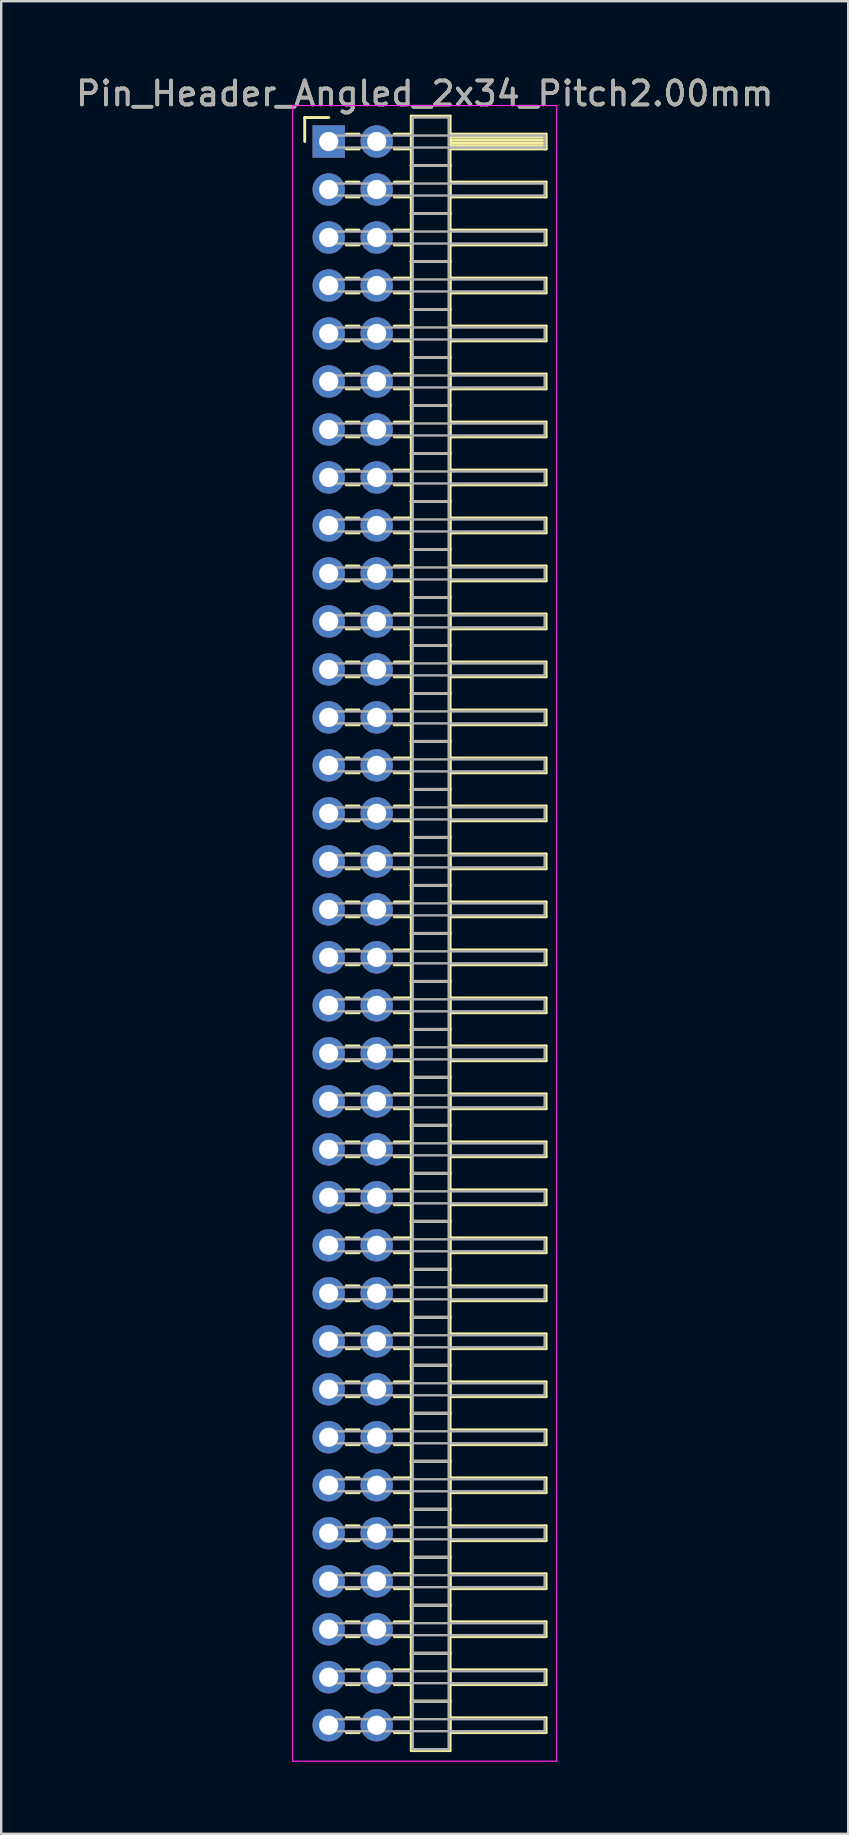
<source format=kicad_pcb>
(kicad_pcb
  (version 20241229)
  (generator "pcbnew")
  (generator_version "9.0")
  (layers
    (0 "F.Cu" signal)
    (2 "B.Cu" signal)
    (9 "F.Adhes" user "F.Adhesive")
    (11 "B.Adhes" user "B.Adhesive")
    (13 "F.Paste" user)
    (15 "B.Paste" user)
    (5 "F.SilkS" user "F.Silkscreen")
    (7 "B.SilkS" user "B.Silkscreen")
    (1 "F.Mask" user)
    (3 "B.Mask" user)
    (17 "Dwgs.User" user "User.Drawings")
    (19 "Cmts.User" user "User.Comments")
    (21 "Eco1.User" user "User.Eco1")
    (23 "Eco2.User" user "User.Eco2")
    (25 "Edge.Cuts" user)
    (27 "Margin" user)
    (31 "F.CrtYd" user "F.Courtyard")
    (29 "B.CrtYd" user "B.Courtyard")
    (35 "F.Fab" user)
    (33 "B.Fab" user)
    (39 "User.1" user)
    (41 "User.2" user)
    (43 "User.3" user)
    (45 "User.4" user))
  (footprint "Pin_Header_Angled_2x34_Pitch2.00mm"
    (layer "F.Cu")
    (at 10.649 2.848)
    (property "Reference" "Pin_Header_Angled_2x34_Pitch2.00mm" (at 4 -2 0) (layer "F.SilkS") (effects (font (size 1 1) (thickness 0.15))))
    (attr through_hole)
    (fp_line (start -1 -1) (end 0 -1) (stroke (width 0.12) (type solid)) (layer "F.SilkS"))
    (fp_line (start -1 0) (end -1 -1) (stroke (width 0.12) (type solid)) (layer "F.SilkS"))
    (fp_line (start 0.735 -0.31) (end 1.265 -0.31) (stroke (width 0.12) (type solid)) (layer "F.SilkS"))
    (fp_line (start 0.735 0.31) (end 1.265 0.31) (stroke (width 0.12) (type solid)) (layer "F.SilkS"))
    (fp_line (start 0.735 1.69) (end 1.265 1.69) (stroke (width 0.12) (type solid)) (layer "F.SilkS"))
    (fp_line (start 0.735 2.31) (end 1.265 2.31) (stroke (width 0.12) (type solid)) (layer "F.SilkS"))
    (fp_line (start 0.735 3.69) (end 1.265 3.69) (stroke (width 0.12) (type solid)) (layer "F.SilkS"))
    (fp_line (start 0.735 4.31) (end 1.265 4.31) (stroke (width 0.12) (type solid)) (layer "F.SilkS"))
    (fp_line (start 0.735 5.69) (end 1.265 5.69) (stroke (width 0.12) (type solid)) (layer "F.SilkS"))
    (fp_line (start 0.735 6.31) (end 1.265 6.31) (stroke (width 0.12) (type solid)) (layer "F.SilkS"))
    (fp_line (start 0.735 7.69) (end 1.265 7.69) (stroke (width 0.12) (type solid)) (layer "F.SilkS"))
    (fp_line (start 0.735 8.31) (end 1.265 8.31) (stroke (width 0.12) (type solid)) (layer "F.SilkS"))
    (fp_line (start 0.735 9.69) (end 1.265 9.69) (stroke (width 0.12) (type solid)) (layer "F.SilkS"))
    (fp_line (start 0.735 10.31) (end 1.265 10.31) (stroke (width 0.12) (type solid)) (layer "F.SilkS"))
    (fp_line (start 0.735 11.69) (end 1.265 11.69) (stroke (width 0.12) (type solid)) (layer "F.SilkS"))
    (fp_line (start 0.735 12.31) (end 1.265 12.31) (stroke (width 0.12) (type solid)) (layer "F.SilkS"))
    (fp_line (start 0.735 13.69) (end 1.265 13.69) (stroke (width 0.12) (type solid)) (layer "F.SilkS"))
    (fp_line (start 0.735 14.31) (end 1.265 14.31) (stroke (width 0.12) (type solid)) (layer "F.SilkS"))
    (fp_line (start 0.735 15.69) (end 1.265 15.69) (stroke (width 0.12) (type solid)) (layer "F.SilkS"))
    (fp_line (start 0.735 16.31) (end 1.265 16.31) (stroke (width 0.12) (type solid)) (layer "F.SilkS"))
    (fp_line (start 0.735 17.69) (end 1.265 17.69) (stroke (width 0.12) (type solid)) (layer "F.SilkS"))
    (fp_line (start 0.735 18.31) (end 1.265 18.31) (stroke (width 0.12) (type solid)) (layer "F.SilkS"))
    (fp_line (start 0.735 19.69) (end 1.265 19.69) (stroke (width 0.12) (type solid)) (layer "F.SilkS"))
    (fp_line (start 0.735 20.31) (end 1.265 20.31) (stroke (width 0.12) (type solid)) (layer "F.SilkS"))
    (fp_line (start 0.735 21.69) (end 1.265 21.69) (stroke (width 0.12) (type solid)) (layer "F.SilkS"))
    (fp_line (start 0.735 22.31) (end 1.265 22.31) (stroke (width 0.12) (type solid)) (layer "F.SilkS"))
    (fp_line (start 0.735 23.69) (end 1.265 23.69) (stroke (width 0.12) (type solid)) (layer "F.SilkS"))
    (fp_line (start 0.735 24.31) (end 1.265 24.31) (stroke (width 0.12) (type solid)) (layer "F.SilkS"))
    (fp_line (start 0.735 25.69) (end 1.265 25.69) (stroke (width 0.12) (type solid)) (layer "F.SilkS"))
    (fp_line (start 0.735 26.31) (end 1.265 26.31) (stroke (width 0.12) (type solid)) (layer "F.SilkS"))
    (fp_line (start 0.735 27.69) (end 1.265 27.69) (stroke (width 0.12) (type solid)) (layer "F.SilkS"))
    (fp_line (start 0.735 28.31) (end 1.265 28.31) (stroke (width 0.12) (type solid)) (layer "F.SilkS"))
    (fp_line (start 0.735 29.69) (end 1.265 29.69) (stroke (width 0.12) (type solid)) (layer "F.SilkS"))
    (fp_line (start 0.735 30.31) (end 1.265 30.31) (stroke (width 0.12) (type solid)) (layer "F.SilkS"))
    (fp_line (start 0.735 31.69) (end 1.265 31.69) (stroke (width 0.12) (type solid)) (layer "F.SilkS"))
    (fp_line (start 0.735 32.31) (end 1.265 32.31) (stroke (width 0.12) (type solid)) (layer "F.SilkS"))
    (fp_line (start 0.735 33.69) (end 1.265 33.69) (stroke (width 0.12) (type solid)) (layer "F.SilkS"))
    (fp_line (start 0.735 34.31) (end 1.265 34.31) (stroke (width 0.12) (type solid)) (layer "F.SilkS"))
    (fp_line (start 0.735 35.69) (end 1.265 35.69) (stroke (width 0.12) (type solid)) (layer "F.SilkS"))
    (fp_line (start 0.735 36.31) (end 1.265 36.31) (stroke (width 0.12) (type solid)) (layer "F.SilkS"))
    (fp_line (start 0.735 37.69) (end 1.265 37.69) (stroke (width 0.12) (type solid)) (layer "F.SilkS"))
    (fp_line (start 0.735 38.31) (end 1.265 38.31) (stroke (width 0.12) (type solid)) (layer "F.SilkS"))
    (fp_line (start 0.735 39.69) (end 1.265 39.69) (stroke (width 0.12) (type solid)) (layer "F.SilkS"))
    (fp_line (start 0.735 40.31) (end 1.265 40.31) (stroke (width 0.12) (type solid)) (layer "F.SilkS"))
    (fp_line (start 0.735 41.69) (end 1.265 41.69) (stroke (width 0.12) (type solid)) (layer "F.SilkS"))
    (fp_line (start 0.735 42.31) (end 1.265 42.31) (stroke (width 0.12) (type solid)) (layer "F.SilkS"))
    (fp_line (start 0.735 43.69) (end 1.265 43.69) (stroke (width 0.12) (type solid)) (layer "F.SilkS"))
    (fp_line (start 0.735 44.31) (end 1.265 44.31) (stroke (width 0.12) (type solid)) (layer "F.SilkS"))
    (fp_line (start 0.735 45.69) (end 1.265 45.69) (stroke (width 0.12) (type solid)) (layer "F.SilkS"))
    (fp_line (start 0.735 46.31) (end 1.265 46.31) (stroke (width 0.12) (type solid)) (layer "F.SilkS"))
    (fp_line (start 0.735 47.69) (end 1.265 47.69) (stroke (width 0.12) (type solid)) (layer "F.SilkS"))
    (fp_line (start 0.735 48.31) (end 1.265 48.31) (stroke (width 0.12) (type solid)) (layer "F.SilkS"))
    (fp_line (start 0.735 49.69) (end 1.265 49.69) (stroke (width 0.12) (type solid)) (layer "F.SilkS"))
    (fp_line (start 0.735 50.31) (end 1.265 50.31) (stroke (width 0.12) (type solid)) (layer "F.SilkS"))
    (fp_line (start 0.735 51.69) (end 1.265 51.69) (stroke (width 0.12) (type solid)) (layer "F.SilkS"))
    (fp_line (start 0.735 52.31) (end 1.265 52.31) (stroke (width 0.12) (type solid)) (layer "F.SilkS"))
    (fp_line (start 0.735 53.69) (end 1.265 53.69) (stroke (width 0.12) (type solid)) (layer "F.SilkS"))
    (fp_line (start 0.735 54.31) (end 1.265 54.31) (stroke (width 0.12) (type solid)) (layer "F.SilkS"))
    (fp_line (start 0.735 55.69) (end 1.265 55.69) (stroke (width 0.12) (type solid)) (layer "F.SilkS"))
    (fp_line (start 0.735 56.31) (end 1.265 56.31) (stroke (width 0.12) (type solid)) (layer "F.SilkS"))
    (fp_line (start 0.735 57.69) (end 1.265 57.69) (stroke (width 0.12) (type solid)) (layer "F.SilkS"))
    (fp_line (start 0.735 58.31) (end 1.265 58.31) (stroke (width 0.12) (type solid)) (layer "F.SilkS"))
    (fp_line (start 0.735 59.69) (end 1.265 59.69) (stroke (width 0.12) (type solid)) (layer "F.SilkS"))
    (fp_line (start 0.735 60.31) (end 1.265 60.31) (stroke (width 0.12) (type solid)) (layer "F.SilkS"))
    (fp_line (start 0.735 61.69) (end 1.265 61.69) (stroke (width 0.12) (type solid)) (layer "F.SilkS"))
    (fp_line (start 0.735 62.31) (end 1.265 62.31) (stroke (width 0.12) (type solid)) (layer "F.SilkS"))
    (fp_line (start 0.735 63.69) (end 1.265 63.69) (stroke (width 0.12) (type solid)) (layer "F.SilkS"))
    (fp_line (start 0.735 64.31) (end 1.265 64.31) (stroke (width 0.12) (type solid)) (layer "F.SilkS"))
    (fp_line (start 0.735 65.69) (end 1.265 65.69) (stroke (width 0.12) (type solid)) (layer "F.SilkS"))
    (fp_line (start 0.735 66.31) (end 1.265 66.31) (stroke (width 0.12) (type solid)) (layer "F.SilkS"))
    (fp_line (start 2.735 -0.31) (end 3.44 -0.31) (stroke (width 0.12) (type solid)) (layer "F.SilkS"))
    (fp_line (start 2.735 0.31) (end 3.44 0.31) (stroke (width 0.12) (type solid)) (layer "F.SilkS"))
    (fp_line (start 2.735 1.69) (end 3.44 1.69) (stroke (width 0.12) (type solid)) (layer "F.SilkS"))
    (fp_line (start 2.735 2.31) (end 3.44 2.31) (stroke (width 0.12) (type solid)) (layer "F.SilkS"))
    (fp_line (start 2.735 3.69) (end 3.44 3.69) (stroke (width 0.12) (type solid)) (layer "F.SilkS"))
    (fp_line (start 2.735 4.31) (end 3.44 4.31) (stroke (width 0.12) (type solid)) (layer "F.SilkS"))
    (fp_line (start 2.735 5.69) (end 3.44 5.69) (stroke (width 0.12) (type solid)) (layer "F.SilkS"))
    (fp_line (start 2.735 6.31) (end 3.44 6.31) (stroke (width 0.12) (type solid)) (layer "F.SilkS"))
    (fp_line (start 2.735 7.69) (end 3.44 7.69) (stroke (width 0.12) (type solid)) (layer "F.SilkS"))
    (fp_line (start 2.735 8.31) (end 3.44 8.31) (stroke (width 0.12) (type solid)) (layer "F.SilkS"))
    (fp_line (start 2.735 9.69) (end 3.44 9.69) (stroke (width 0.12) (type solid)) (layer "F.SilkS"))
    (fp_line (start 2.735 10.31) (end 3.44 10.31) (stroke (width 0.12) (type solid)) (layer "F.SilkS"))
    (fp_line (start 2.735 11.69) (end 3.44 11.69) (stroke (width 0.12) (type solid)) (layer "F.SilkS"))
    (fp_line (start 2.735 12.31) (end 3.44 12.31) (stroke (width 0.12) (type solid)) (layer "F.SilkS"))
    (fp_line (start 2.735 13.69) (end 3.44 13.69) (stroke (width 0.12) (type solid)) (layer "F.SilkS"))
    (fp_line (start 2.735 14.31) (end 3.44 14.31) (stroke (width 0.12) (type solid)) (layer "F.SilkS"))
    (fp_line (start 2.735 15.69) (end 3.44 15.69) (stroke (width 0.12) (type solid)) (layer "F.SilkS"))
    (fp_line (start 2.735 16.31) (end 3.44 16.31) (stroke (width 0.12) (type solid)) (layer "F.SilkS"))
    (fp_line (start 2.735 17.69) (end 3.44 17.69) (stroke (width 0.12) (type solid)) (layer "F.SilkS"))
    (fp_line (start 2.735 18.31) (end 3.44 18.31) (stroke (width 0.12) (type solid)) (layer "F.SilkS"))
    (fp_line (start 2.735 19.69) (end 3.44 19.69) (stroke (width 0.12) (type solid)) (layer "F.SilkS"))
    (fp_line (start 2.735 20.31) (end 3.44 20.31) (stroke (width 0.12) (type solid)) (layer "F.SilkS"))
    (fp_line (start 2.735 21.69) (end 3.44 21.69) (stroke (width 0.12) (type solid)) (layer "F.SilkS"))
    (fp_line (start 2.735 22.31) (end 3.44 22.31) (stroke (width 0.12) (type solid)) (layer "F.SilkS"))
    (fp_line (start 2.735 23.69) (end 3.44 23.69) (stroke (width 0.12) (type solid)) (layer "F.SilkS"))
    (fp_line (start 2.735 24.31) (end 3.44 24.31) (stroke (width 0.12) (type solid)) (layer "F.SilkS"))
    (fp_line (start 2.735 25.69) (end 3.44 25.69) (stroke (width 0.12) (type solid)) (layer "F.SilkS"))
    (fp_line (start 2.735 26.31) (end 3.44 26.31) (stroke (width 0.12) (type solid)) (layer "F.SilkS"))
    (fp_line (start 2.735 27.69) (end 3.44 27.69) (stroke (width 0.12) (type solid)) (layer "F.SilkS"))
    (fp_line (start 2.735 28.31) (end 3.44 28.31) (stroke (width 0.12) (type solid)) (layer "F.SilkS"))
    (fp_line (start 2.735 29.69) (end 3.44 29.69) (stroke (width 0.12) (type solid)) (layer "F.SilkS"))
    (fp_line (start 2.735 30.31) (end 3.44 30.31) (stroke (width 0.12) (type solid)) (layer "F.SilkS"))
    (fp_line (start 2.735 31.69) (end 3.44 31.69) (stroke (width 0.12) (type solid)) (layer "F.SilkS"))
    (fp_line (start 2.735 32.31) (end 3.44 32.31) (stroke (width 0.12) (type solid)) (layer "F.SilkS"))
    (fp_line (start 2.735 33.69) (end 3.44 33.69) (stroke (width 0.12) (type solid)) (layer "F.SilkS"))
    (fp_line (start 2.735 34.31) (end 3.44 34.31) (stroke (width 0.12) (type solid)) (layer "F.SilkS"))
    (fp_line (start 2.735 35.69) (end 3.44 35.69) (stroke (width 0.12) (type solid)) (layer "F.SilkS"))
    (fp_line (start 2.735 36.31) (end 3.44 36.31) (stroke (width 0.12) (type solid)) (layer "F.SilkS"))
    (fp_line (start 2.735 37.69) (end 3.44 37.69) (stroke (width 0.12) (type solid)) (layer "F.SilkS"))
    (fp_line (start 2.735 38.31) (end 3.44 38.31) (stroke (width 0.12) (type solid)) (layer "F.SilkS"))
    (fp_line (start 2.735 39.69) (end 3.44 39.69) (stroke (width 0.12) (type solid)) (layer "F.SilkS"))
    (fp_line (start 2.735 40.31) (end 3.44 40.31) (stroke (width 0.12) (type solid)) (layer "F.SilkS"))
    (fp_line (start 2.735 41.69) (end 3.44 41.69) (stroke (width 0.12) (type solid)) (layer "F.SilkS"))
    (fp_line (start 2.735 42.31) (end 3.44 42.31) (stroke (width 0.12) (type solid)) (layer "F.SilkS"))
    (fp_line (start 2.735 43.69) (end 3.44 43.69) (stroke (width 0.12) (type solid)) (layer "F.SilkS"))
    (fp_line (start 2.735 44.31) (end 3.44 44.31) (stroke (width 0.12) (type solid)) (layer "F.SilkS"))
    (fp_line (start 2.735 45.69) (end 3.44 45.69) (stroke (width 0.12) (type solid)) (layer "F.SilkS"))
    (fp_line (start 2.735 46.31) (end 3.44 46.31) (stroke (width 0.12) (type solid)) (layer "F.SilkS"))
    (fp_line (start 2.735 47.69) (end 3.44 47.69) (stroke (width 0.12) (type solid)) (layer "F.SilkS"))
    (fp_line (start 2.735 48.31) (end 3.44 48.31) (stroke (width 0.12) (type solid)) (layer "F.SilkS"))
    (fp_line (start 2.735 49.69) (end 3.44 49.69) (stroke (width 0.12) (type solid)) (layer "F.SilkS"))
    (fp_line (start 2.735 50.31) (end 3.44 50.31) (stroke (width 0.12) (type solid)) (layer "F.SilkS"))
    (fp_line (start 2.735 51.69) (end 3.44 51.69) (stroke (width 0.12) (type solid)) (layer "F.SilkS"))
    (fp_line (start 2.735 52.31) (end 3.44 52.31) (stroke (width 0.12) (type solid)) (layer "F.SilkS"))
    (fp_line (start 2.735 53.69) (end 3.44 53.69) (stroke (width 0.12) (type solid)) (layer "F.SilkS"))
    (fp_line (start 2.735 54.31) (end 3.44 54.31) (stroke (width 0.12) (type solid)) (layer "F.SilkS"))
    (fp_line (start 2.735 55.69) (end 3.44 55.69) (stroke (width 0.12) (type solid)) (layer "F.SilkS"))
    (fp_line (start 2.735 56.31) (end 3.44 56.31) (stroke (width 0.12) (type solid)) (layer "F.SilkS"))
    (fp_line (start 2.735 57.69) (end 3.44 57.69) (stroke (width 0.12) (type solid)) (layer "F.SilkS"))
    (fp_line (start 2.735 58.31) (end 3.44 58.31) (stroke (width 0.12) (type solid)) (layer "F.SilkS"))
    (fp_line (start 2.735 59.69) (end 3.44 59.69) (stroke (width 0.12) (type solid)) (layer "F.SilkS"))
    (fp_line (start 2.735 60.31) (end 3.44 60.31) (stroke (width 0.12) (type solid)) (layer "F.SilkS"))
    (fp_line (start 2.735 61.69) (end 3.44 61.69) (stroke (width 0.12) (type solid)) (layer "F.SilkS"))
    (fp_line (start 2.735 62.31) (end 3.44 62.31) (stroke (width 0.12) (type solid)) (layer "F.SilkS"))
    (fp_line (start 2.735 63.69) (end 3.44 63.69) (stroke (width 0.12) (type solid)) (layer "F.SilkS"))
    (fp_line (start 2.735 64.31) (end 3.44 64.31) (stroke (width 0.12) (type solid)) (layer "F.SilkS"))
    (fp_line (start 2.735 65.69) (end 3.44 65.69) (stroke (width 0.12) (type solid)) (layer "F.SilkS"))
    (fp_line (start 2.735 66.31) (end 3.44 66.31) (stroke (width 0.12) (type solid)) (layer "F.SilkS"))
    (fp_line (start 3.44 -1.06) (end 3.44 1) (stroke (width 0.12) (type solid)) (layer "F.SilkS"))
    (fp_line (start 3.44 1) (end 3.44 3) (stroke (width 0.12) (type solid)) (layer "F.SilkS"))
    (fp_line (start 3.44 1) (end 5.06 1) (stroke (width 0.12) (type solid)) (layer "F.SilkS"))
    (fp_line (start 3.44 3) (end 3.44 5) (stroke (width 0.12) (type solid)) (layer "F.SilkS"))
    (fp_line (start 3.44 3) (end 5.06 3) (stroke (width 0.12) (type solid)) (layer "F.SilkS"))
    (fp_line (start 3.44 5) (end 3.44 7) (stroke (width 0.12) (type solid)) (layer "F.SilkS"))
    (fp_line (start 3.44 5) (end 5.06 5) (stroke (width 0.12) (type solid)) (layer "F.SilkS"))
    (fp_line (start 3.44 7) (end 3.44 9) (stroke (width 0.12) (type solid)) (layer "F.SilkS"))
    (fp_line (start 3.44 7) (end 5.06 7) (stroke (width 0.12) (type solid)) (layer "F.SilkS"))
    (fp_line (start 3.44 9) (end 3.44 11) (stroke (width 0.12) (type solid)) (layer "F.SilkS"))
    (fp_line (start 3.44 9) (end 5.06 9) (stroke (width 0.12) (type solid)) (layer "F.SilkS"))
    (fp_line (start 3.44 11) (end 3.44 13) (stroke (width 0.12) (type solid)) (layer "F.SilkS"))
    (fp_line (start 3.44 11) (end 5.06 11) (stroke (width 0.12) (type solid)) (layer "F.SilkS"))
    (fp_line (start 3.44 13) (end 3.44 15) (stroke (width 0.12) (type solid)) (layer "F.SilkS"))
    (fp_line (start 3.44 13) (end 5.06 13) (stroke (width 0.12) (type solid)) (layer "F.SilkS"))
    (fp_line (start 3.44 15) (end 3.44 17) (stroke (width 0.12) (type solid)) (layer "F.SilkS"))
    (fp_line (start 3.44 15) (end 5.06 15) (stroke (width 0.12) (type solid)) (layer "F.SilkS"))
    (fp_line (start 3.44 17) (end 3.44 19) (stroke (width 0.12) (type solid)) (layer "F.SilkS"))
    (fp_line (start 3.44 17) (end 5.06 17) (stroke (width 0.12) (type solid)) (layer "F.SilkS"))
    (fp_line (start 3.44 19) (end 3.44 21) (stroke (width 0.12) (type solid)) (layer "F.SilkS"))
    (fp_line (start 3.44 19) (end 5.06 19) (stroke (width 0.12) (type solid)) (layer "F.SilkS"))
    (fp_line (start 3.44 21) (end 3.44 23) (stroke (width 0.12) (type solid)) (layer "F.SilkS"))
    (fp_line (start 3.44 21) (end 5.06 21) (stroke (width 0.12) (type solid)) (layer "F.SilkS"))
    (fp_line (start 3.44 23) (end 3.44 25) (stroke (width 0.12) (type solid)) (layer "F.SilkS"))
    (fp_line (start 3.44 23) (end 5.06 23) (stroke (width 0.12) (type solid)) (layer "F.SilkS"))
    (fp_line (start 3.44 25) (end 3.44 27) (stroke (width 0.12) (type solid)) (layer "F.SilkS"))
    (fp_line (start 3.44 25) (end 5.06 25) (stroke (width 0.12) (type solid)) (layer "F.SilkS"))
    (fp_line (start 3.44 27) (end 3.44 29) (stroke (width 0.12) (type solid)) (layer "F.SilkS"))
    (fp_line (start 3.44 27) (end 5.06 27) (stroke (width 0.12) (type solid)) (layer "F.SilkS"))
    (fp_line (start 3.44 29) (end 3.44 31) (stroke (width 0.12) (type solid)) (layer "F.SilkS"))
    (fp_line (start 3.44 29) (end 5.06 29) (stroke (width 0.12) (type solid)) (layer "F.SilkS"))
    (fp_line (start 3.44 31) (end 3.44 33) (stroke (width 0.12) (type solid)) (layer "F.SilkS"))
    (fp_line (start 3.44 31) (end 5.06 31) (stroke (width 0.12) (type solid)) (layer "F.SilkS"))
    (fp_line (start 3.44 33) (end 3.44 35) (stroke (width 0.12) (type solid)) (layer "F.SilkS"))
    (fp_line (start 3.44 33) (end 5.06 33) (stroke (width 0.12) (type solid)) (layer "F.SilkS"))
    (fp_line (start 3.44 35) (end 3.44 37) (stroke (width 0.12) (type solid)) (layer "F.SilkS"))
    (fp_line (start 3.44 35) (end 5.06 35) (stroke (width 0.12) (type solid)) (layer "F.SilkS"))
    (fp_line (start 3.44 37) (end 3.44 39) (stroke (width 0.12) (type solid)) (layer "F.SilkS"))
    (fp_line (start 3.44 37) (end 5.06 37) (stroke (width 0.12) (type solid)) (layer "F.SilkS"))
    (fp_line (start 3.44 39) (end 3.44 41) (stroke (width 0.12) (type solid)) (layer "F.SilkS"))
    (fp_line (start 3.44 39) (end 5.06 39) (stroke (width 0.12) (type solid)) (layer "F.SilkS"))
    (fp_line (start 3.44 41) (end 3.44 43) (stroke (width 0.12) (type solid)) (layer "F.SilkS"))
    (fp_line (start 3.44 41) (end 5.06 41) (stroke (width 0.12) (type solid)) (layer "F.SilkS"))
    (fp_line (start 3.44 43) (end 3.44 45) (stroke (width 0.12) (type solid)) (layer "F.SilkS"))
    (fp_line (start 3.44 43) (end 5.06 43) (stroke (width 0.12) (type solid)) (layer "F.SilkS"))
    (fp_line (start 3.44 45) (end 3.44 47) (stroke (width 0.12) (type solid)) (layer "F.SilkS"))
    (fp_line (start 3.44 45) (end 5.06 45) (stroke (width 0.12) (type solid)) (layer "F.SilkS"))
    (fp_line (start 3.44 47) (end 3.44 49) (stroke (width 0.12) (type solid)) (layer "F.SilkS"))
    (fp_line (start 3.44 47) (end 5.06 47) (stroke (width 0.12) (type solid)) (layer "F.SilkS"))
    (fp_line (start 3.44 49) (end 3.44 51) (stroke (width 0.12) (type solid)) (layer "F.SilkS"))
    (fp_line (start 3.44 49) (end 5.06 49) (stroke (width 0.12) (type solid)) (layer "F.SilkS"))
    (fp_line (start 3.44 51) (end 3.44 53) (stroke (width 0.12) (type solid)) (layer "F.SilkS"))
    (fp_line (start 3.44 51) (end 5.06 51) (stroke (width 0.12) (type solid)) (layer "F.SilkS"))
    (fp_line (start 3.44 53) (end 3.44 55) (stroke (width 0.12) (type solid)) (layer "F.SilkS"))
    (fp_line (start 3.44 53) (end 5.06 53) (stroke (width 0.12) (type solid)) (layer "F.SilkS"))
    (fp_line (start 3.44 55) (end 3.44 57) (stroke (width 0.12) (type solid)) (layer "F.SilkS"))
    (fp_line (start 3.44 55) (end 5.06 55) (stroke (width 0.12) (type solid)) (layer "F.SilkS"))
    (fp_line (start 3.44 57) (end 3.44 59) (stroke (width 0.12) (type solid)) (layer "F.SilkS"))
    (fp_line (start 3.44 57) (end 5.06 57) (stroke (width 0.12) (type solid)) (layer "F.SilkS"))
    (fp_line (start 3.44 59) (end 3.44 61) (stroke (width 0.12) (type solid)) (layer "F.SilkS"))
    (fp_line (start 3.44 59) (end 5.06 59) (stroke (width 0.12) (type solid)) (layer "F.SilkS"))
    (fp_line (start 3.44 61) (end 3.44 63) (stroke (width 0.12) (type solid)) (layer "F.SilkS"))
    (fp_line (start 3.44 61) (end 5.06 61) (stroke (width 0.12) (type solid)) (layer "F.SilkS"))
    (fp_line (start 3.44 63) (end 3.44 65) (stroke (width 0.12) (type solid)) (layer "F.SilkS"))
    (fp_line (start 3.44 63) (end 5.06 63) (stroke (width 0.12) (type solid)) (layer "F.SilkS"))
    (fp_line (start 3.44 65) (end 3.44 67.06) (stroke (width 0.12) (type solid)) (layer "F.SilkS"))
    (fp_line (start 3.44 65) (end 5.06 65) (stroke (width 0.12) (type solid)) (layer "F.SilkS"))
    (fp_line (start 3.44 67.06) (end 5.06 67.06) (stroke (width 0.12) (type solid)) (layer "F.SilkS"))
    (fp_line (start 5.06 -1.06) (end 3.44 -1.06) (stroke (width 0.12) (type solid)) (layer "F.SilkS"))
    (fp_line (start 5.06 -0.31) (end 5.06 0.31) (stroke (width 0.12) (type solid)) (layer "F.SilkS"))
    (fp_line (start 5.06 -0.19) (end 9.06 -0.19) (stroke (width 0.12) (type solid)) (layer "F.SilkS"))
    (fp_line (start 5.06 -0.07) (end 9.06 -0.07) (stroke (width 0.12) (type solid)) (layer "F.SilkS"))
    (fp_line (start 5.06 0.05) (end 9.06 0.05) (stroke (width 0.12) (type solid)) (layer "F.SilkS"))
    (fp_line (start 5.06 0.17) (end 9.06 0.17) (stroke (width 0.12) (type solid)) (layer "F.SilkS"))
    (fp_line (start 5.06 0.29) (end 9.06 0.29) (stroke (width 0.12) (type solid)) (layer "F.SilkS"))
    (fp_line (start 5.06 0.31) (end 9.06 0.31) (stroke (width 0.12) (type solid)) (layer "F.SilkS"))
    (fp_line (start 5.06 1) (end 3.44 1) (stroke (width 0.12) (type solid)) (layer "F.SilkS"))
    (fp_line (start 5.06 1) (end 5.06 -1.06) (stroke (width 0.12) (type solid)) (layer "F.SilkS"))
    (fp_line (start 5.06 1.69) (end 5.06 2.31) (stroke (width 0.12) (type solid)) (layer "F.SilkS"))
    (fp_line (start 5.06 2.31) (end 9.06 2.31) (stroke (width 0.12) (type solid)) (layer "F.SilkS"))
    (fp_line (start 5.06 3) (end 3.44 3) (stroke (width 0.12) (type solid)) (layer "F.SilkS"))
    (fp_line (start 5.06 3) (end 5.06 1) (stroke (width 0.12) (type solid)) (layer "F.SilkS"))
    (fp_line (start 5.06 3.69) (end 5.06 4.31) (stroke (width 0.12) (type solid)) (layer "F.SilkS"))
    (fp_line (start 5.06 4.31) (end 9.06 4.31) (stroke (width 0.12) (type solid)) (layer "F.SilkS"))
    (fp_line (start 5.06 5) (end 3.44 5) (stroke (width 0.12) (type solid)) (layer "F.SilkS"))
    (fp_line (start 5.06 5) (end 5.06 3) (stroke (width 0.12) (type solid)) (layer "F.SilkS"))
    (fp_line (start 5.06 5.69) (end 5.06 6.31) (stroke (width 0.12) (type solid)) (layer "F.SilkS"))
    (fp_line (start 5.06 6.31) (end 9.06 6.31) (stroke (width 0.12) (type solid)) (layer "F.SilkS"))
    (fp_line (start 5.06 7) (end 3.44 7) (stroke (width 0.12) (type solid)) (layer "F.SilkS"))
    (fp_line (start 5.06 7) (end 5.06 5) (stroke (width 0.12) (type solid)) (layer "F.SilkS"))
    (fp_line (start 5.06 7.69) (end 5.06 8.31) (stroke (width 0.12) (type solid)) (layer "F.SilkS"))
    (fp_line (start 5.06 8.31) (end 9.06 8.31) (stroke (width 0.12) (type solid)) (layer "F.SilkS"))
    (fp_line (start 5.06 9) (end 3.44 9) (stroke (width 0.12) (type solid)) (layer "F.SilkS"))
    (fp_line (start 5.06 9) (end 5.06 7) (stroke (width 0.12) (type solid)) (layer "F.SilkS"))
    (fp_line (start 5.06 9.69) (end 5.06 10.31) (stroke (width 0.12) (type solid)) (layer "F.SilkS"))
    (fp_line (start 5.06 10.31) (end 9.06 10.31) (stroke (width 0.12) (type solid)) (layer "F.SilkS"))
    (fp_line (start 5.06 11) (end 3.44 11) (stroke (width 0.12) (type solid)) (layer "F.SilkS"))
    (fp_line (start 5.06 11) (end 5.06 9) (stroke (width 0.12) (type solid)) (layer "F.SilkS"))
    (fp_line (start 5.06 11.69) (end 5.06 12.31) (stroke (width 0.12) (type solid)) (layer "F.SilkS"))
    (fp_line (start 5.06 12.31) (end 9.06 12.31) (stroke (width 0.12) (type solid)) (layer "F.SilkS"))
    (fp_line (start 5.06 13) (end 3.44 13) (stroke (width 0.12) (type solid)) (layer "F.SilkS"))
    (fp_line (start 5.06 13) (end 5.06 11) (stroke (width 0.12) (type solid)) (layer "F.SilkS"))
    (fp_line (start 5.06 13.69) (end 5.06 14.31) (stroke (width 0.12) (type solid)) (layer "F.SilkS"))
    (fp_line (start 5.06 14.31) (end 9.06 14.31) (stroke (width 0.12) (type solid)) (layer "F.SilkS"))
    (fp_line (start 5.06 15) (end 3.44 15) (stroke (width 0.12) (type solid)) (layer "F.SilkS"))
    (fp_line (start 5.06 15) (end 5.06 13) (stroke (width 0.12) (type solid)) (layer "F.SilkS"))
    (fp_line (start 5.06 15.69) (end 5.06 16.31) (stroke (width 0.12) (type solid)) (layer "F.SilkS"))
    (fp_line (start 5.06 16.31) (end 9.06 16.31) (stroke (width 0.12) (type solid)) (layer "F.SilkS"))
    (fp_line (start 5.06 17) (end 3.44 17) (stroke (width 0.12) (type solid)) (layer "F.SilkS"))
    (fp_line (start 5.06 17) (end 5.06 15) (stroke (width 0.12) (type solid)) (layer "F.SilkS"))
    (fp_line (start 5.06 17.69) (end 5.06 18.31) (stroke (width 0.12) (type solid)) (layer "F.SilkS"))
    (fp_line (start 5.06 18.31) (end 9.06 18.31) (stroke (width 0.12) (type solid)) (layer "F.SilkS"))
    (fp_line (start 5.06 19) (end 3.44 19) (stroke (width 0.12) (type solid)) (layer "F.SilkS"))
    (fp_line (start 5.06 19) (end 5.06 17) (stroke (width 0.12) (type solid)) (layer "F.SilkS"))
    (fp_line (start 5.06 19.69) (end 5.06 20.31) (stroke (width 0.12) (type solid)) (layer "F.SilkS"))
    (fp_line (start 5.06 20.31) (end 9.06 20.31) (stroke (width 0.12) (type solid)) (layer "F.SilkS"))
    (fp_line (start 5.06 21) (end 3.44 21) (stroke (width 0.12) (type solid)) (layer "F.SilkS"))
    (fp_line (start 5.06 21) (end 5.06 19) (stroke (width 0.12) (type solid)) (layer "F.SilkS"))
    (fp_line (start 5.06 21.69) (end 5.06 22.31) (stroke (width 0.12) (type solid)) (layer "F.SilkS"))
    (fp_line (start 5.06 22.31) (end 9.06 22.31) (stroke (width 0.12) (type solid)) (layer "F.SilkS"))
    (fp_line (start 5.06 23) (end 3.44 23) (stroke (width 0.12) (type solid)) (layer "F.SilkS"))
    (fp_line (start 5.06 23) (end 5.06 21) (stroke (width 0.12) (type solid)) (layer "F.SilkS"))
    (fp_line (start 5.06 23.69) (end 5.06 24.31) (stroke (width 0.12) (type solid)) (layer "F.SilkS"))
    (fp_line (start 5.06 24.31) (end 9.06 24.31) (stroke (width 0.12) (type solid)) (layer "F.SilkS"))
    (fp_line (start 5.06 25) (end 3.44 25) (stroke (width 0.12) (type solid)) (layer "F.SilkS"))
    (fp_line (start 5.06 25) (end 5.06 23) (stroke (width 0.12) (type solid)) (layer "F.SilkS"))
    (fp_line (start 5.06 25.69) (end 5.06 26.31) (stroke (width 0.12) (type solid)) (layer "F.SilkS"))
    (fp_line (start 5.06 26.31) (end 9.06 26.31) (stroke (width 0.12) (type solid)) (layer "F.SilkS"))
    (fp_line (start 5.06 27) (end 3.44 27) (stroke (width 0.12) (type solid)) (layer "F.SilkS"))
    (fp_line (start 5.06 27) (end 5.06 25) (stroke (width 0.12) (type solid)) (layer "F.SilkS"))
    (fp_line (start 5.06 27.69) (end 5.06 28.31) (stroke (width 0.12) (type solid)) (layer "F.SilkS"))
    (fp_line (start 5.06 28.31) (end 9.06 28.31) (stroke (width 0.12) (type solid)) (layer "F.SilkS"))
    (fp_line (start 5.06 29) (end 3.44 29) (stroke (width 0.12) (type solid)) (layer "F.SilkS"))
    (fp_line (start 5.06 29) (end 5.06 27) (stroke (width 0.12) (type solid)) (layer "F.SilkS"))
    (fp_line (start 5.06 29.69) (end 5.06 30.31) (stroke (width 0.12) (type solid)) (layer "F.SilkS"))
    (fp_line (start 5.06 30.31) (end 9.06 30.31) (stroke (width 0.12) (type solid)) (layer "F.SilkS"))
    (fp_line (start 5.06 31) (end 3.44 31) (stroke (width 0.12) (type solid)) (layer "F.SilkS"))
    (fp_line (start 5.06 31) (end 5.06 29) (stroke (width 0.12) (type solid)) (layer "F.SilkS"))
    (fp_line (start 5.06 31.69) (end 5.06 32.31) (stroke (width 0.12) (type solid)) (layer "F.SilkS"))
    (fp_line (start 5.06 32.31) (end 9.06 32.31) (stroke (width 0.12) (type solid)) (layer "F.SilkS"))
    (fp_line (start 5.06 33) (end 3.44 33) (stroke (width 0.12) (type solid)) (layer "F.SilkS"))
    (fp_line (start 5.06 33) (end 5.06 31) (stroke (width 0.12) (type solid)) (layer "F.SilkS"))
    (fp_line (start 5.06 33.69) (end 5.06 34.31) (stroke (width 0.12) (type solid)) (layer "F.SilkS"))
    (fp_line (start 5.06 34.31) (end 9.06 34.31) (stroke (width 0.12) (type solid)) (layer "F.SilkS"))
    (fp_line (start 5.06 35) (end 3.44 35) (stroke (width 0.12) (type solid)) (layer "F.SilkS"))
    (fp_line (start 5.06 35) (end 5.06 33) (stroke (width 0.12) (type solid)) (layer "F.SilkS"))
    (fp_line (start 5.06 35.69) (end 5.06 36.31) (stroke (width 0.12) (type solid)) (layer "F.SilkS"))
    (fp_line (start 5.06 36.31) (end 9.06 36.31) (stroke (width 0.12) (type solid)) (layer "F.SilkS"))
    (fp_line (start 5.06 37) (end 3.44 37) (stroke (width 0.12) (type solid)) (layer "F.SilkS"))
    (fp_line (start 5.06 37) (end 5.06 35) (stroke (width 0.12) (type solid)) (layer "F.SilkS"))
    (fp_line (start 5.06 37.69) (end 5.06 38.31) (stroke (width 0.12) (type solid)) (layer "F.SilkS"))
    (fp_line (start 5.06 38.31) (end 9.06 38.31) (stroke (width 0.12) (type solid)) (layer "F.SilkS"))
    (fp_line (start 5.06 39) (end 3.44 39) (stroke (width 0.12) (type solid)) (layer "F.SilkS"))
    (fp_line (start 5.06 39) (end 5.06 37) (stroke (width 0.12) (type solid)) (layer "F.SilkS"))
    (fp_line (start 5.06 39.69) (end 5.06 40.31) (stroke (width 0.12) (type solid)) (layer "F.SilkS"))
    (fp_line (start 5.06 40.31) (end 9.06 40.31) (stroke (width 0.12) (type solid)) (layer "F.SilkS"))
    (fp_line (start 5.06 41) (end 3.44 41) (stroke (width 0.12) (type solid)) (layer "F.SilkS"))
    (fp_line (start 5.06 41) (end 5.06 39) (stroke (width 0.12) (type solid)) (layer "F.SilkS"))
    (fp_line (start 5.06 41.69) (end 5.06 42.31) (stroke (width 0.12) (type solid)) (layer "F.SilkS"))
    (fp_line (start 5.06 42.31) (end 9.06 42.31) (stroke (width 0.12) (type solid)) (layer "F.SilkS"))
    (fp_line (start 5.06 43) (end 3.44 43) (stroke (width 0.12) (type solid)) (layer "F.SilkS"))
    (fp_line (start 5.06 43) (end 5.06 41) (stroke (width 0.12) (type solid)) (layer "F.SilkS"))
    (fp_line (start 5.06 43.69) (end 5.06 44.31) (stroke (width 0.12) (type solid)) (layer "F.SilkS"))
    (fp_line (start 5.06 44.31) (end 9.06 44.31) (stroke (width 0.12) (type solid)) (layer "F.SilkS"))
    (fp_line (start 5.06 45) (end 3.44 45) (stroke (width 0.12) (type solid)) (layer "F.SilkS"))
    (fp_line (start 5.06 45) (end 5.06 43) (stroke (width 0.12) (type solid)) (layer "F.SilkS"))
    (fp_line (start 5.06 45.69) (end 5.06 46.31) (stroke (width 0.12) (type solid)) (layer "F.SilkS"))
    (fp_line (start 5.06 46.31) (end 9.06 46.31) (stroke (width 0.12) (type solid)) (layer "F.SilkS"))
    (fp_line (start 5.06 47) (end 3.44 47) (stroke (width 0.12) (type solid)) (layer "F.SilkS"))
    (fp_line (start 5.06 47) (end 5.06 45) (stroke (width 0.12) (type solid)) (layer "F.SilkS"))
    (fp_line (start 5.06 47.69) (end 5.06 48.31) (stroke (width 0.12) (type solid)) (layer "F.SilkS"))
    (fp_line (start 5.06 48.31) (end 9.06 48.31) (stroke (width 0.12) (type solid)) (layer "F.SilkS"))
    (fp_line (start 5.06 49) (end 3.44 49) (stroke (width 0.12) (type solid)) (layer "F.SilkS"))
    (fp_line (start 5.06 49) (end 5.06 47) (stroke (width 0.12) (type solid)) (layer "F.SilkS"))
    (fp_line (start 5.06 49.69) (end 5.06 50.31) (stroke (width 0.12) (type solid)) (layer "F.SilkS"))
    (fp_line (start 5.06 50.31) (end 9.06 50.31) (stroke (width 0.12) (type solid)) (layer "F.SilkS"))
    (fp_line (start 5.06 51) (end 3.44 51) (stroke (width 0.12) (type solid)) (layer "F.SilkS"))
    (fp_line (start 5.06 51) (end 5.06 49) (stroke (width 0.12) (type solid)) (layer "F.SilkS"))
    (fp_line (start 5.06 51.69) (end 5.06 52.31) (stroke (width 0.12) (type solid)) (layer "F.SilkS"))
    (fp_line (start 5.06 52.31) (end 9.06 52.31) (stroke (width 0.12) (type solid)) (layer "F.SilkS"))
    (fp_line (start 5.06 53) (end 3.44 53) (stroke (width 0.12) (type solid)) (layer "F.SilkS"))
    (fp_line (start 5.06 53) (end 5.06 51) (stroke (width 0.12) (type solid)) (layer "F.SilkS"))
    (fp_line (start 5.06 53.69) (end 5.06 54.31) (stroke (width 0.12) (type solid)) (layer "F.SilkS"))
    (fp_line (start 5.06 54.31) (end 9.06 54.31) (stroke (width 0.12) (type solid)) (layer "F.SilkS"))
    (fp_line (start 5.06 55) (end 3.44 55) (stroke (width 0.12) (type solid)) (layer "F.SilkS"))
    (fp_line (start 5.06 55) (end 5.06 53) (stroke (width 0.12) (type solid)) (layer "F.SilkS"))
    (fp_line (start 5.06 55.69) (end 5.06 56.31) (stroke (width 0.12) (type solid)) (layer "F.SilkS"))
    (fp_line (start 5.06 56.31) (end 9.06 56.31) (stroke (width 0.12) (type solid)) (layer "F.SilkS"))
    (fp_line (start 5.06 57) (end 3.44 57) (stroke (width 0.12) (type solid)) (layer "F.SilkS"))
    (fp_line (start 5.06 57) (end 5.06 55) (stroke (width 0.12) (type solid)) (layer "F.SilkS"))
    (fp_line (start 5.06 57.69) (end 5.06 58.31) (stroke (width 0.12) (type solid)) (layer "F.SilkS"))
    (fp_line (start 5.06 58.31) (end 9.06 58.31) (stroke (width 0.12) (type solid)) (layer "F.SilkS"))
    (fp_line (start 5.06 59) (end 3.44 59) (stroke (width 0.12) (type solid)) (layer "F.SilkS"))
    (fp_line (start 5.06 59) (end 5.06 57) (stroke (width 0.12) (type solid)) (layer "F.SilkS"))
    (fp_line (start 5.06 59.69) (end 5.06 60.31) (stroke (width 0.12) (type solid)) (layer "F.SilkS"))
    (fp_line (start 5.06 60.31) (end 9.06 60.31) (stroke (width 0.12) (type solid)) (layer "F.SilkS"))
    (fp_line (start 5.06 61) (end 3.44 61) (stroke (width 0.12) (type solid)) (layer "F.SilkS"))
    (fp_line (start 5.06 61) (end 5.06 59) (stroke (width 0.12) (type solid)) (layer "F.SilkS"))
    (fp_line (start 5.06 61.69) (end 5.06 62.31) (stroke (width 0.12) (type solid)) (layer "F.SilkS"))
    (fp_line (start 5.06 62.31) (end 9.06 62.31) (stroke (width 0.12) (type solid)) (layer "F.SilkS"))
    (fp_line (start 5.06 63) (end 3.44 63) (stroke (width 0.12) (type solid)) (layer "F.SilkS"))
    (fp_line (start 5.06 63) (end 5.06 61) (stroke (width 0.12) (type solid)) (layer "F.SilkS"))
    (fp_line (start 5.06 63.69) (end 5.06 64.31) (stroke (width 0.12) (type solid)) (layer "F.SilkS"))
    (fp_line (start 5.06 64.31) (end 9.06 64.31) (stroke (width 0.12) (type solid)) (layer "F.SilkS"))
    (fp_line (start 5.06 65) (end 3.44 65) (stroke (width 0.12) (type solid)) (layer "F.SilkS"))
    (fp_line (start 5.06 65) (end 5.06 63) (stroke (width 0.12) (type solid)) (layer "F.SilkS"))
    (fp_line (start 5.06 65.69) (end 5.06 66.31) (stroke (width 0.12) (type solid)) (layer "F.SilkS"))
    (fp_line (start 5.06 66.31) (end 9.06 66.31) (stroke (width 0.12) (type solid)) (layer "F.SilkS"))
    (fp_line (start 5.06 67.06) (end 5.06 65) (stroke (width 0.12) (type solid)) (layer "F.SilkS"))
    (fp_line (start 9.06 -0.31) (end 5.06 -0.31) (stroke (width 0.12) (type solid)) (layer "F.SilkS"))
    (fp_line (start 9.06 0.31) (end 9.06 -0.31) (stroke (width 0.12) (type solid)) (layer "F.SilkS"))
    (fp_line (start 9.06 1.69) (end 5.06 1.69) (stroke (width 0.12) (type solid)) (layer "F.SilkS"))
    (fp_line (start 9.06 2.31) (end 9.06 1.69) (stroke (width 0.12) (type solid)) (layer "F.SilkS"))
    (fp_line (start 9.06 3.69) (end 5.06 3.69) (stroke (width 0.12) (type solid)) (layer "F.SilkS"))
    (fp_line (start 9.06 4.31) (end 9.06 3.69) (stroke (width 0.12) (type solid)) (layer "F.SilkS"))
    (fp_line (start 9.06 5.69) (end 5.06 5.69) (stroke (width 0.12) (type solid)) (layer "F.SilkS"))
    (fp_line (start 9.06 6.31) (end 9.06 5.69) (stroke (width 0.12) (type solid)) (layer "F.SilkS"))
    (fp_line (start 9.06 7.69) (end 5.06 7.69) (stroke (width 0.12) (type solid)) (layer "F.SilkS"))
    (fp_line (start 9.06 8.31) (end 9.06 7.69) (stroke (width 0.12) (type solid)) (layer "F.SilkS"))
    (fp_line (start 9.06 9.69) (end 5.06 9.69) (stroke (width 0.12) (type solid)) (layer "F.SilkS"))
    (fp_line (start 9.06 10.31) (end 9.06 9.69) (stroke (width 0.12) (type solid)) (layer "F.SilkS"))
    (fp_line (start 9.06 11.69) (end 5.06 11.69) (stroke (width 0.12) (type solid)) (layer "F.SilkS"))
    (fp_line (start 9.06 12.31) (end 9.06 11.69) (stroke (width 0.12) (type solid)) (layer "F.SilkS"))
    (fp_line (start 9.06 13.69) (end 5.06 13.69) (stroke (width 0.12) (type solid)) (layer "F.SilkS"))
    (fp_line (start 9.06 14.31) (end 9.06 13.69) (stroke (width 0.12) (type solid)) (layer "F.SilkS"))
    (fp_line (start 9.06 15.69) (end 5.06 15.69) (stroke (width 0.12) (type solid)) (layer "F.SilkS"))
    (fp_line (start 9.06 16.31) (end 9.06 15.69) (stroke (width 0.12) (type solid)) (layer "F.SilkS"))
    (fp_line (start 9.06 17.69) (end 5.06 17.69) (stroke (width 0.12) (type solid)) (layer "F.SilkS"))
    (fp_line (start 9.06 18.31) (end 9.06 17.69) (stroke (width 0.12) (type solid)) (layer "F.SilkS"))
    (fp_line (start 9.06 19.69) (end 5.06 19.69) (stroke (width 0.12) (type solid)) (layer "F.SilkS"))
    (fp_line (start 9.06 20.31) (end 9.06 19.69) (stroke (width 0.12) (type solid)) (layer "F.SilkS"))
    (fp_line (start 9.06 21.69) (end 5.06 21.69) (stroke (width 0.12) (type solid)) (layer "F.SilkS"))
    (fp_line (start 9.06 22.31) (end 9.06 21.69) (stroke (width 0.12) (type solid)) (layer "F.SilkS"))
    (fp_line (start 9.06 23.69) (end 5.06 23.69) (stroke (width 0.12) (type solid)) (layer "F.SilkS"))
    (fp_line (start 9.06 24.31) (end 9.06 23.69) (stroke (width 0.12) (type solid)) (layer "F.SilkS"))
    (fp_line (start 9.06 25.69) (end 5.06 25.69) (stroke (width 0.12) (type solid)) (layer "F.SilkS"))
    (fp_line (start 9.06 26.31) (end 9.06 25.69) (stroke (width 0.12) (type solid)) (layer "F.SilkS"))
    (fp_line (start 9.06 27.69) (end 5.06 27.69) (stroke (width 0.12) (type solid)) (layer "F.SilkS"))
    (fp_line (start 9.06 28.31) (end 9.06 27.69) (stroke (width 0.12) (type solid)) (layer "F.SilkS"))
    (fp_line (start 9.06 29.69) (end 5.06 29.69) (stroke (width 0.12) (type solid)) (layer "F.SilkS"))
    (fp_line (start 9.06 30.31) (end 9.06 29.69) (stroke (width 0.12) (type solid)) (layer "F.SilkS"))
    (fp_line (start 9.06 31.69) (end 5.06 31.69) (stroke (width 0.12) (type solid)) (layer "F.SilkS"))
    (fp_line (start 9.06 32.31) (end 9.06 31.69) (stroke (width 0.12) (type solid)) (layer "F.SilkS"))
    (fp_line (start 9.06 33.69) (end 5.06 33.69) (stroke (width 0.12) (type solid)) (layer "F.SilkS"))
    (fp_line (start 9.06 34.31) (end 9.06 33.69) (stroke (width 0.12) (type solid)) (layer "F.SilkS"))
    (fp_line (start 9.06 35.69) (end 5.06 35.69) (stroke (width 0.12) (type solid)) (layer "F.SilkS"))
    (fp_line (start 9.06 36.31) (end 9.06 35.69) (stroke (width 0.12) (type solid)) (layer "F.SilkS"))
    (fp_line (start 9.06 37.69) (end 5.06 37.69) (stroke (width 0.12) (type solid)) (layer "F.SilkS"))
    (fp_line (start 9.06 38.31) (end 9.06 37.69) (stroke (width 0.12) (type solid)) (layer "F.SilkS"))
    (fp_line (start 9.06 39.69) (end 5.06 39.69) (stroke (width 0.12) (type solid)) (layer "F.SilkS"))
    (fp_line (start 9.06 40.31) (end 9.06 39.69) (stroke (width 0.12) (type solid)) (layer "F.SilkS"))
    (fp_line (start 9.06 41.69) (end 5.06 41.69) (stroke (width 0.12) (type solid)) (layer "F.SilkS"))
    (fp_line (start 9.06 42.31) (end 9.06 41.69) (stroke (width 0.12) (type solid)) (layer "F.SilkS"))
    (fp_line (start 9.06 43.69) (end 5.06 43.69) (stroke (width 0.12) (type solid)) (layer "F.SilkS"))
    (fp_line (start 9.06 44.31) (end 9.06 43.69) (stroke (width 0.12) (type solid)) (layer "F.SilkS"))
    (fp_line (start 9.06 45.69) (end 5.06 45.69) (stroke (width 0.12) (type solid)) (layer "F.SilkS"))
    (fp_line (start 9.06 46.31) (end 9.06 45.69) (stroke (width 0.12) (type solid)) (layer "F.SilkS"))
    (fp_line (start 9.06 47.69) (end 5.06 47.69) (stroke (width 0.12) (type solid)) (layer "F.SilkS"))
    (fp_line (start 9.06 48.31) (end 9.06 47.69) (stroke (width 0.12) (type solid)) (layer "F.SilkS"))
    (fp_line (start 9.06 49.69) (end 5.06 49.69) (stroke (width 0.12) (type solid)) (layer "F.SilkS"))
    (fp_line (start 9.06 50.31) (end 9.06 49.69) (stroke (width 0.12) (type solid)) (layer "F.SilkS"))
    (fp_line (start 9.06 51.69) (end 5.06 51.69) (stroke (width 0.12) (type solid)) (layer "F.SilkS"))
    (fp_line (start 9.06 52.31) (end 9.06 51.69) (stroke (width 0.12) (type solid)) (layer "F.SilkS"))
    (fp_line (start 9.06 53.69) (end 5.06 53.69) (stroke (width 0.12) (type solid)) (layer "F.SilkS"))
    (fp_line (start 9.06 54.31) (end 9.06 53.69) (stroke (width 0.12) (type solid)) (layer "F.SilkS"))
    (fp_line (start 9.06 55.69) (end 5.06 55.69) (stroke (width 0.12) (type solid)) (layer "F.SilkS"))
    (fp_line (start 9.06 56.31) (end 9.06 55.69) (stroke (width 0.12) (type solid)) (layer "F.SilkS"))
    (fp_line (start 9.06 57.69) (end 5.06 57.69) (stroke (width 0.12) (type solid)) (layer "F.SilkS"))
    (fp_line (start 9.06 58.31) (end 9.06 57.69) (stroke (width 0.12) (type solid)) (layer "F.SilkS"))
    (fp_line (start 9.06 59.69) (end 5.06 59.69) (stroke (width 0.12) (type solid)) (layer "F.SilkS"))
    (fp_line (start 9.06 60.31) (end 9.06 59.69) (stroke (width 0.12) (type solid)) (layer "F.SilkS"))
    (fp_line (start 9.06 61.69) (end 5.06 61.69) (stroke (width 0.12) (type solid)) (layer "F.SilkS"))
    (fp_line (start 9.06 62.31) (end 9.06 61.69) (stroke (width 0.12) (type solid)) (layer "F.SilkS"))
    (fp_line (start 9.06 63.69) (end 5.06 63.69) (stroke (width 0.12) (type solid)) (layer "F.SilkS"))
    (fp_line (start 9.06 64.31) (end 9.06 63.69) (stroke (width 0.12) (type solid)) (layer "F.SilkS"))
    (fp_line (start 9.06 65.69) (end 5.06 65.69) (stroke (width 0.12) (type solid)) (layer "F.SilkS"))
    (fp_line (start 9.06 66.31) (end 9.06 65.69) (stroke (width 0.12) (type solid)) (layer "F.SilkS"))
    (fp_line (start -1.5 -1.5) (end -1.5 67.5) (stroke (width 0.05) (type solid)) (layer "F.CrtYd"))
    (fp_line (start -1.5 67.5) (end 9.5 67.5) (stroke (width 0.05) (type solid)) (layer "F.CrtYd"))
    (fp_line (start 9.5 -1.5) (end -1.5 -1.5) (stroke (width 0.05) (type solid)) (layer "F.CrtYd"))
    (fp_line (start 9.5 67.5) (end 9.5 -1.5) (stroke (width 0.05) (type solid)) (layer "F.CrtYd"))
    (fp_line (start 0 -0.25) (end 0 0.25) (stroke (width 0.1) (type solid)) (layer "F.Fab"))
    (fp_line (start 0 0.25) (end 9 0.25) (stroke (width 0.1) (type solid)) (layer "F.Fab"))
    (fp_line (start 0 1.75) (end 0 2.25) (stroke (width 0.1) (type solid)) (layer "F.Fab"))
    (fp_line (start 0 2.25) (end 9 2.25) (stroke (width 0.1) (type solid)) (layer "F.Fab"))
    (fp_line (start 0 3.75) (end 0 4.25) (stroke (width 0.1) (type solid)) (layer "F.Fab"))
    (fp_line (start 0 4.25) (end 9 4.25) (stroke (width 0.1) (type solid)) (layer "F.Fab"))
    (fp_line (start 0 5.75) (end 0 6.25) (stroke (width 0.1) (type solid)) (layer "F.Fab"))
    (fp_line (start 0 6.25) (end 9 6.25) (stroke (width 0.1) (type solid)) (layer "F.Fab"))
    (fp_line (start 0 7.75) (end 0 8.25) (stroke (width 0.1) (type solid)) (layer "F.Fab"))
    (fp_line (start 0 8.25) (end 9 8.25) (stroke (width 0.1) (type solid)) (layer "F.Fab"))
    (fp_line (start 0 9.75) (end 0 10.25) (stroke (width 0.1) (type solid)) (layer "F.Fab"))
    (fp_line (start 0 10.25) (end 9 10.25) (stroke (width 0.1) (type solid)) (layer "F.Fab"))
    (fp_line (start 0 11.75) (end 0 12.25) (stroke (width 0.1) (type solid)) (layer "F.Fab"))
    (fp_line (start 0 12.25) (end 9 12.25) (stroke (width 0.1) (type solid)) (layer "F.Fab"))
    (fp_line (start 0 13.75) (end 0 14.25) (stroke (width 0.1) (type solid)) (layer "F.Fab"))
    (fp_line (start 0 14.25) (end 9 14.25) (stroke (width 0.1) (type solid)) (layer "F.Fab"))
    (fp_line (start 0 15.75) (end 0 16.25) (stroke (width 0.1) (type solid)) (layer "F.Fab"))
    (fp_line (start 0 16.25) (end 9 16.25) (stroke (width 0.1) (type solid)) (layer "F.Fab"))
    (fp_line (start 0 17.75) (end 0 18.25) (stroke (width 0.1) (type solid)) (layer "F.Fab"))
    (fp_line (start 0 18.25) (end 9 18.25) (stroke (width 0.1) (type solid)) (layer "F.Fab"))
    (fp_line (start 0 19.75) (end 0 20.25) (stroke (width 0.1) (type solid)) (layer "F.Fab"))
    (fp_line (start 0 20.25) (end 9 20.25) (stroke (width 0.1) (type solid)) (layer "F.Fab"))
    (fp_line (start 0 21.75) (end 0 22.25) (stroke (width 0.1) (type solid)) (layer "F.Fab"))
    (fp_line (start 0 22.25) (end 9 22.25) (stroke (width 0.1) (type solid)) (layer "F.Fab"))
    (fp_line (start 0 23.75) (end 0 24.25) (stroke (width 0.1) (type solid)) (layer "F.Fab"))
    (fp_line (start 0 24.25) (end 9 24.25) (stroke (width 0.1) (type solid)) (layer "F.Fab"))
    (fp_line (start 0 25.75) (end 0 26.25) (stroke (width 0.1) (type solid)) (layer "F.Fab"))
    (fp_line (start 0 26.25) (end 9 26.25) (stroke (width 0.1) (type solid)) (layer "F.Fab"))
    (fp_line (start 0 27.75) (end 0 28.25) (stroke (width 0.1) (type solid)) (layer "F.Fab"))
    (fp_line (start 0 28.25) (end 9 28.25) (stroke (width 0.1) (type solid)) (layer "F.Fab"))
    (fp_line (start 0 29.75) (end 0 30.25) (stroke (width 0.1) (type solid)) (layer "F.Fab"))
    (fp_line (start 0 30.25) (end 9 30.25) (stroke (width 0.1) (type solid)) (layer "F.Fab"))
    (fp_line (start 0 31.75) (end 0 32.25) (stroke (width 0.1) (type solid)) (layer "F.Fab"))
    (fp_line (start 0 32.25) (end 9 32.25) (stroke (width 0.1) (type solid)) (layer "F.Fab"))
    (fp_line (start 0 33.75) (end 0 34.25) (stroke (width 0.1) (type solid)) (layer "F.Fab"))
    (fp_line (start 0 34.25) (end 9 34.25) (stroke (width 0.1) (type solid)) (layer "F.Fab"))
    (fp_line (start 0 35.75) (end 0 36.25) (stroke (width 0.1) (type solid)) (layer "F.Fab"))
    (fp_line (start 0 36.25) (end 9 36.25) (stroke (width 0.1) (type solid)) (layer "F.Fab"))
    (fp_line (start 0 37.75) (end 0 38.25) (stroke (width 0.1) (type solid)) (layer "F.Fab"))
    (fp_line (start 0 38.25) (end 9 38.25) (stroke (width 0.1) (type solid)) (layer "F.Fab"))
    (fp_line (start 0 39.75) (end 0 40.25) (stroke (width 0.1) (type solid)) (layer "F.Fab"))
    (fp_line (start 0 40.25) (end 9 40.25) (stroke (width 0.1) (type solid)) (layer "F.Fab"))
    (fp_line (start 0 41.75) (end 0 42.25) (stroke (width 0.1) (type solid)) (layer "F.Fab"))
    (fp_line (start 0 42.25) (end 9 42.25) (stroke (width 0.1) (type solid)) (layer "F.Fab"))
    (fp_line (start 0 43.75) (end 0 44.25) (stroke (width 0.1) (type solid)) (layer "F.Fab"))
    (fp_line (start 0 44.25) (end 9 44.25) (stroke (width 0.1) (type solid)) (layer "F.Fab"))
    (fp_line (start 0 45.75) (end 0 46.25) (stroke (width 0.1) (type solid)) (layer "F.Fab"))
    (fp_line (start 0 46.25) (end 9 46.25) (stroke (width 0.1) (type solid)) (layer "F.Fab"))
    (fp_line (start 0 47.75) (end 0 48.25) (stroke (width 0.1) (type solid)) (layer "F.Fab"))
    (fp_line (start 0 48.25) (end 9 48.25) (stroke (width 0.1) (type solid)) (layer "F.Fab"))
    (fp_line (start 0 49.75) (end 0 50.25) (stroke (width 0.1) (type solid)) (layer "F.Fab"))
    (fp_line (start 0 50.25) (end 9 50.25) (stroke (width 0.1) (type solid)) (layer "F.Fab"))
    (fp_line (start 0 51.75) (end 0 52.25) (stroke (width 0.1) (type solid)) (layer "F.Fab"))
    (fp_line (start 0 52.25) (end 9 52.25) (stroke (width 0.1) (type solid)) (layer "F.Fab"))
    (fp_line (start 0 53.75) (end 0 54.25) (stroke (width 0.1) (type solid)) (layer "F.Fab"))
    (fp_line (start 0 54.25) (end 9 54.25) (stroke (width 0.1) (type solid)) (layer "F.Fab"))
    (fp_line (start 0 55.75) (end 0 56.25) (stroke (width 0.1) (type solid)) (layer "F.Fab"))
    (fp_line (start 0 56.25) (end 9 56.25) (stroke (width 0.1) (type solid)) (layer "F.Fab"))
    (fp_line (start 0 57.75) (end 0 58.25) (stroke (width 0.1) (type solid)) (layer "F.Fab"))
    (fp_line (start 0 58.25) (end 9 58.25) (stroke (width 0.1) (type solid)) (layer "F.Fab"))
    (fp_line (start 0 59.75) (end 0 60.25) (stroke (width 0.1) (type solid)) (layer "F.Fab"))
    (fp_line (start 0 60.25) (end 9 60.25) (stroke (width 0.1) (type solid)) (layer "F.Fab"))
    (fp_line (start 0 61.75) (end 0 62.25) (stroke (width 0.1) (type solid)) (layer "F.Fab"))
    (fp_line (start 0 62.25) (end 9 62.25) (stroke (width 0.1) (type solid)) (layer "F.Fab"))
    (fp_line (start 0 63.75) (end 0 64.25) (stroke (width 0.1) (type solid)) (layer "F.Fab"))
    (fp_line (start 0 64.25) (end 9 64.25) (stroke (width 0.1) (type solid)) (layer "F.Fab"))
    (fp_line (start 0 65.75) (end 0 66.25) (stroke (width 0.1) (type solid)) (layer "F.Fab"))
    (fp_line (start 0 66.25) (end 9 66.25) (stroke (width 0.1) (type solid)) (layer "F.Fab"))
    (fp_line (start 3.5 -1) (end 3.5 1) (stroke (width 0.1) (type solid)) (layer "F.Fab"))
    (fp_line (start 3.5 1) (end 3.5 3) (stroke (width 0.1) (type solid)) (layer "F.Fab"))
    (fp_line (start 3.5 1) (end 5 1) (stroke (width 0.1) (type solid)) (layer "F.Fab"))
    (fp_line (start 3.5 3) (end 3.5 5) (stroke (width 0.1) (type solid)) (layer "F.Fab"))
    (fp_line (start 3.5 3) (end 5 3) (stroke (width 0.1) (type solid)) (layer "F.Fab"))
    (fp_line (start 3.5 5) (end 3.5 7) (stroke (width 0.1) (type solid)) (layer "F.Fab"))
    (fp_line (start 3.5 5) (end 5 5) (stroke (width 0.1) (type solid)) (layer "F.Fab"))
    (fp_line (start 3.5 7) (end 3.5 9) (stroke (width 0.1) (type solid)) (layer "F.Fab"))
    (fp_line (start 3.5 7) (end 5 7) (stroke (width 0.1) (type solid)) (layer "F.Fab"))
    (fp_line (start 3.5 9) (end 3.5 11) (stroke (width 0.1) (type solid)) (layer "F.Fab"))
    (fp_line (start 3.5 9) (end 5 9) (stroke (width 0.1) (type solid)) (layer "F.Fab"))
    (fp_line (start 3.5 11) (end 3.5 13) (stroke (width 0.1) (type solid)) (layer "F.Fab"))
    (fp_line (start 3.5 11) (end 5 11) (stroke (width 0.1) (type solid)) (layer "F.Fab"))
    (fp_line (start 3.5 13) (end 3.5 15) (stroke (width 0.1) (type solid)) (layer "F.Fab"))
    (fp_line (start 3.5 13) (end 5 13) (stroke (width 0.1) (type solid)) (layer "F.Fab"))
    (fp_line (start 3.5 15) (end 3.5 17) (stroke (width 0.1) (type solid)) (layer "F.Fab"))
    (fp_line (start 3.5 15) (end 5 15) (stroke (width 0.1) (type solid)) (layer "F.Fab"))
    (fp_line (start 3.5 17) (end 3.5 19) (stroke (width 0.1) (type solid)) (layer "F.Fab"))
    (fp_line (start 3.5 17) (end 5 17) (stroke (width 0.1) (type solid)) (layer "F.Fab"))
    (fp_line (start 3.5 19) (end 3.5 21) (stroke (width 0.1) (type solid)) (layer "F.Fab"))
    (fp_line (start 3.5 19) (end 5 19) (stroke (width 0.1) (type solid)) (layer "F.Fab"))
    (fp_line (start 3.5 21) (end 3.5 23) (stroke (width 0.1) (type solid)) (layer "F.Fab"))
    (fp_line (start 3.5 21) (end 5 21) (stroke (width 0.1) (type solid)) (layer "F.Fab"))
    (fp_line (start 3.5 23) (end 3.5 25) (stroke (width 0.1) (type solid)) (layer "F.Fab"))
    (fp_line (start 3.5 23) (end 5 23) (stroke (width 0.1) (type solid)) (layer "F.Fab"))
    (fp_line (start 3.5 25) (end 3.5 27) (stroke (width 0.1) (type solid)) (layer "F.Fab"))
    (fp_line (start 3.5 25) (end 5 25) (stroke (width 0.1) (type solid)) (layer "F.Fab"))
    (fp_line (start 3.5 27) (end 3.5 29) (stroke (width 0.1) (type solid)) (layer "F.Fab"))
    (fp_line (start 3.5 27) (end 5 27) (stroke (width 0.1) (type solid)) (layer "F.Fab"))
    (fp_line (start 3.5 29) (end 3.5 31) (stroke (width 0.1) (type solid)) (layer "F.Fab"))
    (fp_line (start 3.5 29) (end 5 29) (stroke (width 0.1) (type solid)) (layer "F.Fab"))
    (fp_line (start 3.5 31) (end 3.5 33) (stroke (width 0.1) (type solid)) (layer "F.Fab"))
    (fp_line (start 3.5 31) (end 5 31) (stroke (width 0.1) (type solid)) (layer "F.Fab"))
    (fp_line (start 3.5 33) (end 3.5 35) (stroke (width 0.1) (type solid)) (layer "F.Fab"))
    (fp_line (start 3.5 33) (end 5 33) (stroke (width 0.1) (type solid)) (layer "F.Fab"))
    (fp_line (start 3.5 35) (end 3.5 37) (stroke (width 0.1) (type solid)) (layer "F.Fab"))
    (fp_line (start 3.5 35) (end 5 35) (stroke (width 0.1) (type solid)) (layer "F.Fab"))
    (fp_line (start 3.5 37) (end 3.5 39) (stroke (width 0.1) (type solid)) (layer "F.Fab"))
    (fp_line (start 3.5 37) (end 5 37) (stroke (width 0.1) (type solid)) (layer "F.Fab"))
    (fp_line (start 3.5 39) (end 3.5 41) (stroke (width 0.1) (type solid)) (layer "F.Fab"))
    (fp_line (start 3.5 39) (end 5 39) (stroke (width 0.1) (type solid)) (layer "F.Fab"))
    (fp_line (start 3.5 41) (end 3.5 43) (stroke (width 0.1) (type solid)) (layer "F.Fab"))
    (fp_line (start 3.5 41) (end 5 41) (stroke (width 0.1) (type solid)) (layer "F.Fab"))
    (fp_line (start 3.5 43) (end 3.5 45) (stroke (width 0.1) (type solid)) (layer "F.Fab"))
    (fp_line (start 3.5 43) (end 5 43) (stroke (width 0.1) (type solid)) (layer "F.Fab"))
    (fp_line (start 3.5 45) (end 3.5 47) (stroke (width 0.1) (type solid)) (layer "F.Fab"))
    (fp_line (start 3.5 45) (end 5 45) (stroke (width 0.1) (type solid)) (layer "F.Fab"))
    (fp_line (start 3.5 47) (end 3.5 49) (stroke (width 0.1) (type solid)) (layer "F.Fab"))
    (fp_line (start 3.5 47) (end 5 47) (stroke (width 0.1) (type solid)) (layer "F.Fab"))
    (fp_line (start 3.5 49) (end 3.5 51) (stroke (width 0.1) (type solid)) (layer "F.Fab"))
    (fp_line (start 3.5 49) (end 5 49) (stroke (width 0.1) (type solid)) (layer "F.Fab"))
    (fp_line (start 3.5 51) (end 3.5 53) (stroke (width 0.1) (type solid)) (layer "F.Fab"))
    (fp_line (start 3.5 51) (end 5 51) (stroke (width 0.1) (type solid)) (layer "F.Fab"))
    (fp_line (start 3.5 53) (end 3.5 55) (stroke (width 0.1) (type solid)) (layer "F.Fab"))
    (fp_line (start 3.5 53) (end 5 53) (stroke (width 0.1) (type solid)) (layer "F.Fab"))
    (fp_line (start 3.5 55) (end 3.5 57) (stroke (width 0.1) (type solid)) (layer "F.Fab"))
    (fp_line (start 3.5 55) (end 5 55) (stroke (width 0.1) (type solid)) (layer "F.Fab"))
    (fp_line (start 3.5 57) (end 3.5 59) (stroke (width 0.1) (type solid)) (layer "F.Fab"))
    (fp_line (start 3.5 57) (end 5 57) (stroke (width 0.1) (type solid)) (layer "F.Fab"))
    (fp_line (start 3.5 59) (end 3.5 61) (stroke (width 0.1) (type solid)) (layer "F.Fab"))
    (fp_line (start 3.5 59) (end 5 59) (stroke (width 0.1) (type solid)) (layer "F.Fab"))
    (fp_line (start 3.5 61) (end 3.5 63) (stroke (width 0.1) (type solid)) (layer "F.Fab"))
    (fp_line (start 3.5 61) (end 5 61) (stroke (width 0.1) (type solid)) (layer "F.Fab"))
    (fp_line (start 3.5 63) (end 3.5 65) (stroke (width 0.1) (type solid)) (layer "F.Fab"))
    (fp_line (start 3.5 63) (end 5 63) (stroke (width 0.1) (type solid)) (layer "F.Fab"))
    (fp_line (start 3.5 65) (end 3.5 67) (stroke (width 0.1) (type solid)) (layer "F.Fab"))
    (fp_line (start 3.5 65) (end 5 65) (stroke (width 0.1) (type solid)) (layer "F.Fab"))
    (fp_line (start 3.5 67) (end 5 67) (stroke (width 0.1) (type solid)) (layer "F.Fab"))
    (fp_line (start 5 -1) (end 3.5 -1) (stroke (width 0.1) (type solid)) (layer "F.Fab"))
    (fp_line (start 5 1) (end 3.5 1) (stroke (width 0.1) (type solid)) (layer "F.Fab"))
    (fp_line (start 5 1) (end 5 -1) (stroke (width 0.1) (type solid)) (layer "F.Fab"))
    (fp_line (start 5 3) (end 3.5 3) (stroke (width 0.1) (type solid)) (layer "F.Fab"))
    (fp_line (start 5 3) (end 5 1) (stroke (width 0.1) (type solid)) (layer "F.Fab"))
    (fp_line (start 5 5) (end 3.5 5) (stroke (width 0.1) (type solid)) (layer "F.Fab"))
    (fp_line (start 5 5) (end 5 3) (stroke (width 0.1) (type solid)) (layer "F.Fab"))
    (fp_line (start 5 7) (end 3.5 7) (stroke (width 0.1) (type solid)) (layer "F.Fab"))
    (fp_line (start 5 7) (end 5 5) (stroke (width 0.1) (type solid)) (layer "F.Fab"))
    (fp_line (start 5 9) (end 3.5 9) (stroke (width 0.1) (type solid)) (layer "F.Fab"))
    (fp_line (start 5 9) (end 5 7) (stroke (width 0.1) (type solid)) (layer "F.Fab"))
    (fp_line (start 5 11) (end 3.5 11) (stroke (width 0.1) (type solid)) (layer "F.Fab"))
    (fp_line (start 5 11) (end 5 9) (stroke (width 0.1) (type solid)) (layer "F.Fab"))
    (fp_line (start 5 13) (end 3.5 13) (stroke (width 0.1) (type solid)) (layer "F.Fab"))
    (fp_line (start 5 13) (end 5 11) (stroke (width 0.1) (type solid)) (layer "F.Fab"))
    (fp_line (start 5 15) (end 3.5 15) (stroke (width 0.1) (type solid)) (layer "F.Fab"))
    (fp_line (start 5 15) (end 5 13) (stroke (width 0.1) (type solid)) (layer "F.Fab"))
    (fp_line (start 5 17) (end 3.5 17) (stroke (width 0.1) (type solid)) (layer "F.Fab"))
    (fp_line (start 5 17) (end 5 15) (stroke (width 0.1) (type solid)) (layer "F.Fab"))
    (fp_line (start 5 19) (end 3.5 19) (stroke (width 0.1) (type solid)) (layer "F.Fab"))
    (fp_line (start 5 19) (end 5 17) (stroke (width 0.1) (type solid)) (layer "F.Fab"))
    (fp_line (start 5 21) (end 3.5 21) (stroke (width 0.1) (type solid)) (layer "F.Fab"))
    (fp_line (start 5 21) (end 5 19) (stroke (width 0.1) (type solid)) (layer "F.Fab"))
    (fp_line (start 5 23) (end 3.5 23) (stroke (width 0.1) (type solid)) (layer "F.Fab"))
    (fp_line (start 5 23) (end 5 21) (stroke (width 0.1) (type solid)) (layer "F.Fab"))
    (fp_line (start 5 25) (end 3.5 25) (stroke (width 0.1) (type solid)) (layer "F.Fab"))
    (fp_line (start 5 25) (end 5 23) (stroke (width 0.1) (type solid)) (layer "F.Fab"))
    (fp_line (start 5 27) (end 3.5 27) (stroke (width 0.1) (type solid)) (layer "F.Fab"))
    (fp_line (start 5 27) (end 5 25) (stroke (width 0.1) (type solid)) (layer "F.Fab"))
    (fp_line (start 5 29) (end 3.5 29) (stroke (width 0.1) (type solid)) (layer "F.Fab"))
    (fp_line (start 5 29) (end 5 27) (stroke (width 0.1) (type solid)) (layer "F.Fab"))
    (fp_line (start 5 31) (end 3.5 31) (stroke (width 0.1) (type solid)) (layer "F.Fab"))
    (fp_line (start 5 31) (end 5 29) (stroke (width 0.1) (type solid)) (layer "F.Fab"))
    (fp_line (start 5 33) (end 3.5 33) (stroke (width 0.1) (type solid)) (layer "F.Fab"))
    (fp_line (start 5 33) (end 5 31) (stroke (width 0.1) (type solid)) (layer "F.Fab"))
    (fp_line (start 5 35) (end 3.5 35) (stroke (width 0.1) (type solid)) (layer "F.Fab"))
    (fp_line (start 5 35) (end 5 33) (stroke (width 0.1) (type solid)) (layer "F.Fab"))
    (fp_line (start 5 37) (end 3.5 37) (stroke (width 0.1) (type solid)) (layer "F.Fab"))
    (fp_line (start 5 37) (end 5 35) (stroke (width 0.1) (type solid)) (layer "F.Fab"))
    (fp_line (start 5 39) (end 3.5 39) (stroke (width 0.1) (type solid)) (layer "F.Fab"))
    (fp_line (start 5 39) (end 5 37) (stroke (width 0.1) (type solid)) (layer "F.Fab"))
    (fp_line (start 5 41) (end 3.5 41) (stroke (width 0.1) (type solid)) (layer "F.Fab"))
    (fp_line (start 5 41) (end 5 39) (stroke (width 0.1) (type solid)) (layer "F.Fab"))
    (fp_line (start 5 43) (end 3.5 43) (stroke (width 0.1) (type solid)) (layer "F.Fab"))
    (fp_line (start 5 43) (end 5 41) (stroke (width 0.1) (type solid)) (layer "F.Fab"))
    (fp_line (start 5 45) (end 3.5 45) (stroke (width 0.1) (type solid)) (layer "F.Fab"))
    (fp_line (start 5 45) (end 5 43) (stroke (width 0.1) (type solid)) (layer "F.Fab"))
    (fp_line (start 5 47) (end 3.5 47) (stroke (width 0.1) (type solid)) (layer "F.Fab"))
    (fp_line (start 5 47) (end 5 45) (stroke (width 0.1) (type solid)) (layer "F.Fab"))
    (fp_line (start 5 49) (end 3.5 49) (stroke (width 0.1) (type solid)) (layer "F.Fab"))
    (fp_line (start 5 49) (end 5 47) (stroke (width 0.1) (type solid)) (layer "F.Fab"))
    (fp_line (start 5 51) (end 3.5 51) (stroke (width 0.1) (type solid)) (layer "F.Fab"))
    (fp_line (start 5 51) (end 5 49) (stroke (width 0.1) (type solid)) (layer "F.Fab"))
    (fp_line (start 5 53) (end 3.5 53) (stroke (width 0.1) (type solid)) (layer "F.Fab"))
    (fp_line (start 5 53) (end 5 51) (stroke (width 0.1) (type solid)) (layer "F.Fab"))
    (fp_line (start 5 55) (end 3.5 55) (stroke (width 0.1) (type solid)) (layer "F.Fab"))
    (fp_line (start 5 55) (end 5 53) (stroke (width 0.1) (type solid)) (layer "F.Fab"))
    (fp_line (start 5 57) (end 3.5 57) (stroke (width 0.1) (type solid)) (layer "F.Fab"))
    (fp_line (start 5 57) (end 5 55) (stroke (width 0.1) (type solid)) (layer "F.Fab"))
    (fp_line (start 5 59) (end 3.5 59) (stroke (width 0.1) (type solid)) (layer "F.Fab"))
    (fp_line (start 5 59) (end 5 57) (stroke (width 0.1) (type solid)) (layer "F.Fab"))
    (fp_line (start 5 61) (end 3.5 61) (stroke (width 0.1) (type solid)) (layer "F.Fab"))
    (fp_line (start 5 61) (end 5 59) (stroke (width 0.1) (type solid)) (layer "F.Fab"))
    (fp_line (start 5 63) (end 3.5 63) (stroke (width 0.1) (type solid)) (layer "F.Fab"))
    (fp_line (start 5 63) (end 5 61) (stroke (width 0.1) (type solid)) (layer "F.Fab"))
    (fp_line (start 5 65) (end 3.5 65) (stroke (width 0.1) (type solid)) (layer "F.Fab"))
    (fp_line (start 5 65) (end 5 63) (stroke (width 0.1) (type solid)) (layer "F.Fab"))
    (fp_line (start 5 67) (end 5 65) (stroke (width 0.1) (type solid)) (layer "F.Fab"))
    (fp_line (start 9 -0.25) (end 0 -0.25) (stroke (width 0.1) (type solid)) (layer "F.Fab"))
    (fp_line (start 9 0.25) (end 9 -0.25) (stroke (width 0.1) (type solid)) (layer "F.Fab"))
    (fp_line (start 9 1.75) (end 0 1.75) (stroke (width 0.1) (type solid)) (layer "F.Fab"))
    (fp_line (start 9 2.25) (end 9 1.75) (stroke (width 0.1) (type solid)) (layer "F.Fab"))
    (fp_line (start 9 3.75) (end 0 3.75) (stroke (width 0.1) (type solid)) (layer "F.Fab"))
    (fp_line (start 9 4.25) (end 9 3.75) (stroke (width 0.1) (type solid)) (layer "F.Fab"))
    (fp_line (start 9 5.75) (end 0 5.75) (stroke (width 0.1) (type solid)) (layer "F.Fab"))
    (fp_line (start 9 6.25) (end 9 5.75) (stroke (width 0.1) (type solid)) (layer "F.Fab"))
    (fp_line (start 9 7.75) (end 0 7.75) (stroke (width 0.1) (type solid)) (layer "F.Fab"))
    (fp_line (start 9 8.25) (end 9 7.75) (stroke (width 0.1) (type solid)) (layer "F.Fab"))
    (fp_line (start 9 9.75) (end 0 9.75) (stroke (width 0.1) (type solid)) (layer "F.Fab"))
    (fp_line (start 9 10.25) (end 9 9.75) (stroke (width 0.1) (type solid)) (layer "F.Fab"))
    (fp_line (start 9 11.75) (end 0 11.75) (stroke (width 0.1) (type solid)) (layer "F.Fab"))
    (fp_line (start 9 12.25) (end 9 11.75) (stroke (width 0.1) (type solid)) (layer "F.Fab"))
    (fp_line (start 9 13.75) (end 0 13.75) (stroke (width 0.1) (type solid)) (layer "F.Fab"))
    (fp_line (start 9 14.25) (end 9 13.75) (stroke (width 0.1) (type solid)) (layer "F.Fab"))
    (fp_line (start 9 15.75) (end 0 15.75) (stroke (width 0.1) (type solid)) (layer "F.Fab"))
    (fp_line (start 9 16.25) (end 9 15.75) (stroke (width 0.1) (type solid)) (layer "F.Fab"))
    (fp_line (start 9 17.75) (end 0 17.75) (stroke (width 0.1) (type solid)) (layer "F.Fab"))
    (fp_line (start 9 18.25) (end 9 17.75) (stroke (width 0.1) (type solid)) (layer "F.Fab"))
    (fp_line (start 9 19.75) (end 0 19.75) (stroke (width 0.1) (type solid)) (layer "F.Fab"))
    (fp_line (start 9 20.25) (end 9 19.75) (stroke (width 0.1) (type solid)) (layer "F.Fab"))
    (fp_line (start 9 21.75) (end 0 21.75) (stroke (width 0.1) (type solid)) (layer "F.Fab"))
    (fp_line (start 9 22.25) (end 9 21.75) (stroke (width 0.1) (type solid)) (layer "F.Fab"))
    (fp_line (start 9 23.75) (end 0 23.75) (stroke (width 0.1) (type solid)) (layer "F.Fab"))
    (fp_line (start 9 24.25) (end 9 23.75) (stroke (width 0.1) (type solid)) (layer "F.Fab"))
    (fp_line (start 9 25.75) (end 0 25.75) (stroke (width 0.1) (type solid)) (layer "F.Fab"))
    (fp_line (start 9 26.25) (end 9 25.75) (stroke (width 0.1) (type solid)) (layer "F.Fab"))
    (fp_line (start 9 27.75) (end 0 27.75) (stroke (width 0.1) (type solid)) (layer "F.Fab"))
    (fp_line (start 9 28.25) (end 9 27.75) (stroke (width 0.1) (type solid)) (layer "F.Fab"))
    (fp_line (start 9 29.75) (end 0 29.75) (stroke (width 0.1) (type solid)) (layer "F.Fab"))
    (fp_line (start 9 30.25) (end 9 29.75) (stroke (width 0.1) (type solid)) (layer "F.Fab"))
    (fp_line (start 9 31.75) (end 0 31.75) (stroke (width 0.1) (type solid)) (layer "F.Fab"))
    (fp_line (start 9 32.25) (end 9 31.75) (stroke (width 0.1) (type solid)) (layer "F.Fab"))
    (fp_line (start 9 33.75) (end 0 33.75) (stroke (width 0.1) (type solid)) (layer "F.Fab"))
    (fp_line (start 9 34.25) (end 9 33.75) (stroke (width 0.1) (type solid)) (layer "F.Fab"))
    (fp_line (start 9 35.75) (end 0 35.75) (stroke (width 0.1) (type solid)) (layer "F.Fab"))
    (fp_line (start 9 36.25) (end 9 35.75) (stroke (width 0.1) (type solid)) (layer "F.Fab"))
    (fp_line (start 9 37.75) (end 0 37.75) (stroke (width 0.1) (type solid)) (layer "F.Fab"))
    (fp_line (start 9 38.25) (end 9 37.75) (stroke (width 0.1) (type solid)) (layer "F.Fab"))
    (fp_line (start 9 39.75) (end 0 39.75) (stroke (width 0.1) (type solid)) (layer "F.Fab"))
    (fp_line (start 9 40.25) (end 9 39.75) (stroke (width 0.1) (type solid)) (layer "F.Fab"))
    (fp_line (start 9 41.75) (end 0 41.75) (stroke (width 0.1) (type solid)) (layer "F.Fab"))
    (fp_line (start 9 42.25) (end 9 41.75) (stroke (width 0.1) (type solid)) (layer "F.Fab"))
    (fp_line (start 9 43.75) (end 0 43.75) (stroke (width 0.1) (type solid)) (layer "F.Fab"))
    (fp_line (start 9 44.25) (end 9 43.75) (stroke (width 0.1) (type solid)) (layer "F.Fab"))
    (fp_line (start 9 45.75) (end 0 45.75) (stroke (width 0.1) (type solid)) (layer "F.Fab"))
    (fp_line (start 9 46.25) (end 9 45.75) (stroke (width 0.1) (type solid)) (layer "F.Fab"))
    (fp_line (start 9 47.75) (end 0 47.75) (stroke (width 0.1) (type solid)) (layer "F.Fab"))
    (fp_line (start 9 48.25) (end 9 47.75) (stroke (width 0.1) (type solid)) (layer "F.Fab"))
    (fp_line (start 9 49.75) (end 0 49.75) (stroke (width 0.1) (type solid)) (layer "F.Fab"))
    (fp_line (start 9 50.25) (end 9 49.75) (stroke (width 0.1) (type solid)) (layer "F.Fab"))
    (fp_line (start 9 51.75) (end 0 51.75) (stroke (width 0.1) (type solid)) (layer "F.Fab"))
    (fp_line (start 9 52.25) (end 9 51.75) (stroke (width 0.1) (type solid)) (layer "F.Fab"))
    (fp_line (start 9 53.75) (end 0 53.75) (stroke (width 0.1) (type solid)) (layer "F.Fab"))
    (fp_line (start 9 54.25) (end 9 53.75) (stroke (width 0.1) (type solid)) (layer "F.Fab"))
    (fp_line (start 9 55.75) (end 0 55.75) (stroke (width 0.1) (type solid)) (layer "F.Fab"))
    (fp_line (start 9 56.25) (end 9 55.75) (stroke (width 0.1) (type solid)) (layer "F.Fab"))
    (fp_line (start 9 57.75) (end 0 57.75) (stroke (width 0.1) (type solid)) (layer "F.Fab"))
    (fp_line (start 9 58.25) (end 9 57.75) (stroke (width 0.1) (type solid)) (layer "F.Fab"))
    (fp_line (start 9 59.75) (end 0 59.75) (stroke (width 0.1) (type solid)) (layer "F.Fab"))
    (fp_line (start 9 60.25) (end 9 59.75) (stroke (width 0.1) (type solid)) (layer "F.Fab"))
    (fp_line (start 9 61.75) (end 0 61.75) (stroke (width 0.1) (type solid)) (layer "F.Fab"))
    (fp_line (start 9 62.25) (end 9 61.75) (stroke (width 0.1) (type solid)) (layer "F.Fab"))
    (fp_line (start 9 63.75) (end 0 63.75) (stroke (width 0.1) (type solid)) (layer "F.Fab"))
    (fp_line (start 9 64.25) (end 9 63.75) (stroke (width 0.1) (type solid)) (layer "F.Fab"))
    (fp_line (start 9 65.75) (end 0 65.75) (stroke (width 0.1) (type solid)) (layer "F.Fab"))
    (fp_line (start 9 66.25) (end 9 65.75) (stroke (width 0.1) (type solid)) (layer "F.Fab"))
    (fp_text user "${REFERENCE}" (at 4 -2 0) (layer "F.Fab") (effects (font (size 1 1) (thickness 0.15))))
    (pad "1" thru_hole rect (at 0 0) (size 1.35 1.35) (drill 0.8) (layers "*.Cu" "*.Mask"))
    (pad "2" thru_hole oval (at 2 0) (size 1.35 1.35) (drill 0.8) (layers "*.Cu" "*.Mask"))
    (pad "3" thru_hole oval (at 0 2) (size 1.35 1.35) (drill 0.8) (layers "*.Cu" "*.Mask"))
    (pad "4" thru_hole oval (at 2 2) (size 1.35 1.35) (drill 0.8) (layers "*.Cu" "*.Mask"))
    (pad "5" thru_hole oval (at 0 4) (size 1.35 1.35) (drill 0.8) (layers "*.Cu" "*.Mask"))
    (pad "6" thru_hole oval (at 2 4) (size 1.35 1.35) (drill 0.8) (layers "*.Cu" "*.Mask"))
    (pad "7" thru_hole oval (at 0 6) (size 1.35 1.35) (drill 0.8) (layers "*.Cu" "*.Mask"))
    (pad "8" thru_hole oval (at 2 6) (size 1.35 1.35) (drill 0.8) (layers "*.Cu" "*.Mask"))
    (pad "9" thru_hole oval (at 0 8) (size 1.35 1.35) (drill 0.8) (layers "*.Cu" "*.Mask"))
    (pad "10" thru_hole oval (at 2 8) (size 1.35 1.35) (drill 0.8) (layers "*.Cu" "*.Mask"))
    (pad "11" thru_hole oval (at 0 10) (size 1.35 1.35) (drill 0.8) (layers "*.Cu" "*.Mask"))
    (pad "12" thru_hole oval (at 2 10) (size 1.35 1.35) (drill 0.8) (layers "*.Cu" "*.Mask"))
    (pad "13" thru_hole oval (at 0 12) (size 1.35 1.35) (drill 0.8) (layers "*.Cu" "*.Mask"))
    (pad "14" thru_hole oval (at 2 12) (size 1.35 1.35) (drill 0.8) (layers "*.Cu" "*.Mask"))
    (pad "15" thru_hole oval (at 0 14) (size 1.35 1.35) (drill 0.8) (layers "*.Cu" "*.Mask"))
    (pad "16" thru_hole oval (at 2 14) (size 1.35 1.35) (drill 0.8) (layers "*.Cu" "*.Mask"))
    (pad "17" thru_hole oval (at 0 16) (size 1.35 1.35) (drill 0.8) (layers "*.Cu" "*.Mask"))
    (pad "18" thru_hole oval (at 2 16) (size 1.35 1.35) (drill 0.8) (layers "*.Cu" "*.Mask"))
    (pad "19" thru_hole oval (at 0 18) (size 1.35 1.35) (drill 0.8) (layers "*.Cu" "*.Mask"))
    (pad "20" thru_hole oval (at 2 18) (size 1.35 1.35) (drill 0.8) (layers "*.Cu" "*.Mask"))
    (pad "21" thru_hole oval (at 0 20) (size 1.35 1.35) (drill 0.8) (layers "*.Cu" "*.Mask"))
    (pad "22" thru_hole oval (at 2 20) (size 1.35 1.35) (drill 0.8) (layers "*.Cu" "*.Mask"))
    (pad "23" thru_hole oval (at 0 22) (size 1.35 1.35) (drill 0.8) (layers "*.Cu" "*.Mask"))
    (pad "24" thru_hole oval (at 2 22) (size 1.35 1.35) (drill 0.8) (layers "*.Cu" "*.Mask"))
    (pad "25" thru_hole oval (at 0 24) (size 1.35 1.35) (drill 0.8) (layers "*.Cu" "*.Mask"))
    (pad "26" thru_hole oval (at 2 24) (size 1.35 1.35) (drill 0.8) (layers "*.Cu" "*.Mask"))
    (pad "27" thru_hole oval (at 0 26) (size 1.35 1.35) (drill 0.8) (layers "*.Cu" "*.Mask"))
    (pad "28" thru_hole oval (at 2 26) (size 1.35 1.35) (drill 0.8) (layers "*.Cu" "*.Mask"))
    (pad "29" thru_hole oval (at 0 28) (size 1.35 1.35) (drill 0.8) (layers "*.Cu" "*.Mask"))
    (pad "30" thru_hole oval (at 2 28) (size 1.35 1.35) (drill 0.8) (layers "*.Cu" "*.Mask"))
    (pad "31" thru_hole oval (at 0 30) (size 1.35 1.35) (drill 0.8) (layers "*.Cu" "*.Mask"))
    (pad "32" thru_hole oval (at 2 30) (size 1.35 1.35) (drill 0.8) (layers "*.Cu" "*.Mask"))
    (pad "33" thru_hole oval (at 0 32) (size 1.35 1.35) (drill 0.8) (layers "*.Cu" "*.Mask"))
    (pad "34" thru_hole oval (at 2 32) (size 1.35 1.35) (drill 0.8) (layers "*.Cu" "*.Mask"))
    (pad "35" thru_hole oval (at 0 34) (size 1.35 1.35) (drill 0.8) (layers "*.Cu" "*.Mask"))
    (pad "36" thru_hole oval (at 2 34) (size 1.35 1.35) (drill 0.8) (layers "*.Cu" "*.Mask"))
    (pad "37" thru_hole oval (at 0 36) (size 1.35 1.35) (drill 0.8) (layers "*.Cu" "*.Mask"))
    (pad "38" thru_hole oval (at 2 36) (size 1.35 1.35) (drill 0.8) (layers "*.Cu" "*.Mask"))
    (pad "39" thru_hole oval (at 0 38) (size 1.35 1.35) (drill 0.8) (layers "*.Cu" "*.Mask"))
    (pad "40" thru_hole oval (at 2 38) (size 1.35 1.35) (drill 0.8) (layers "*.Cu" "*.Mask"))
    (pad "41" thru_hole oval (at 0 40) (size 1.35 1.35) (drill 0.8) (layers "*.Cu" "*.Mask"))
    (pad "42" thru_hole oval (at 2 40) (size 1.35 1.35) (drill 0.8) (layers "*.Cu" "*.Mask"))
    (pad "43" thru_hole oval (at 0 42) (size 1.35 1.35) (drill 0.8) (layers "*.Cu" "*.Mask"))
    (pad "44" thru_hole oval (at 2 42) (size 1.35 1.35) (drill 0.8) (layers "*.Cu" "*.Mask"))
    (pad "45" thru_hole oval (at 0 44) (size 1.35 1.35) (drill 0.8) (layers "*.Cu" "*.Mask"))
    (pad "46" thru_hole oval (at 2 44) (size 1.35 1.35) (drill 0.8) (layers "*.Cu" "*.Mask"))
    (pad "47" thru_hole oval (at 0 46) (size 1.35 1.35) (drill 0.8) (layers "*.Cu" "*.Mask"))
    (pad "48" thru_hole oval (at 2 46) (size 1.35 1.35) (drill 0.8) (layers "*.Cu" "*.Mask"))
    (pad "49" thru_hole oval (at 0 48) (size 1.35 1.35) (drill 0.8) (layers "*.Cu" "*.Mask"))
    (pad "50" thru_hole oval (at 2 48) (size 1.35 1.35) (drill 0.8) (layers "*.Cu" "*.Mask"))
    (pad "51" thru_hole oval (at 0 50) (size 1.35 1.35) (drill 0.8) (layers "*.Cu" "*.Mask"))
    (pad "52" thru_hole oval (at 2 50) (size 1.35 1.35) (drill 0.8) (layers "*.Cu" "*.Mask"))
    (pad "53" thru_hole oval (at 0 52) (size 1.35 1.35) (drill 0.8) (layers "*.Cu" "*.Mask"))
    (pad "54" thru_hole oval (at 2 52) (size 1.35 1.35) (drill 0.8) (layers "*.Cu" "*.Mask"))
    (pad "55" thru_hole oval (at 0 54) (size 1.35 1.35) (drill 0.8) (layers "*.Cu" "*.Mask"))
    (pad "56" thru_hole oval (at 2 54) (size 1.35 1.35) (drill 0.8) (layers "*.Cu" "*.Mask"))
    (pad "57" thru_hole oval (at 0 56) (size 1.35 1.35) (drill 0.8) (layers "*.Cu" "*.Mask"))
    (pad "58" thru_hole oval (at 2 56) (size 1.35 1.35) (drill 0.8) (layers "*.Cu" "*.Mask"))
    (pad "59" thru_hole oval (at 0 58) (size 1.35 1.35) (drill 0.8) (layers "*.Cu" "*.Mask"))
    (pad "60" thru_hole oval (at 2 58) (size 1.35 1.35) (drill 0.8) (layers "*.Cu" "*.Mask"))
    (pad "61" thru_hole oval (at 0 60) (size 1.35 1.35) (drill 0.8) (layers "*.Cu" "*.Mask"))
    (pad "62" thru_hole oval (at 2 60) (size 1.35 1.35) (drill 0.8) (layers "*.Cu" "*.Mask"))
    (pad "63" thru_hole oval (at 0 62) (size 1.35 1.35) (drill 0.8) (layers "*.Cu" "*.Mask"))
    (pad "64" thru_hole oval (at 2 62) (size 1.35 1.35) (drill 0.8) (layers "*.Cu" "*.Mask"))
    (pad "65" thru_hole oval (at 0 64) (size 1.35 1.35) (drill 0.8) (layers "*.Cu" "*.Mask"))
    (pad "66" thru_hole oval (at 2 64) (size 1.35 1.35) (drill 0.8) (layers "*.Cu" "*.Mask"))
    (pad "67" thru_hole oval (at 0 66) (size 1.35 1.35) (drill 0.8) (layers "*.Cu" "*.Mask"))
    (pad "68" thru_hole oval (at 2 66) (size 1.35 1.35) (drill 0.8) (layers "*.Cu" "*.Mask")))
  (gr_rect
    (start -3 -3)
    (end 32.298 73.373)
    (stroke (width 0.1) (type default))
    (fill no)
    (layer "Edge.Cuts")))
</source>
